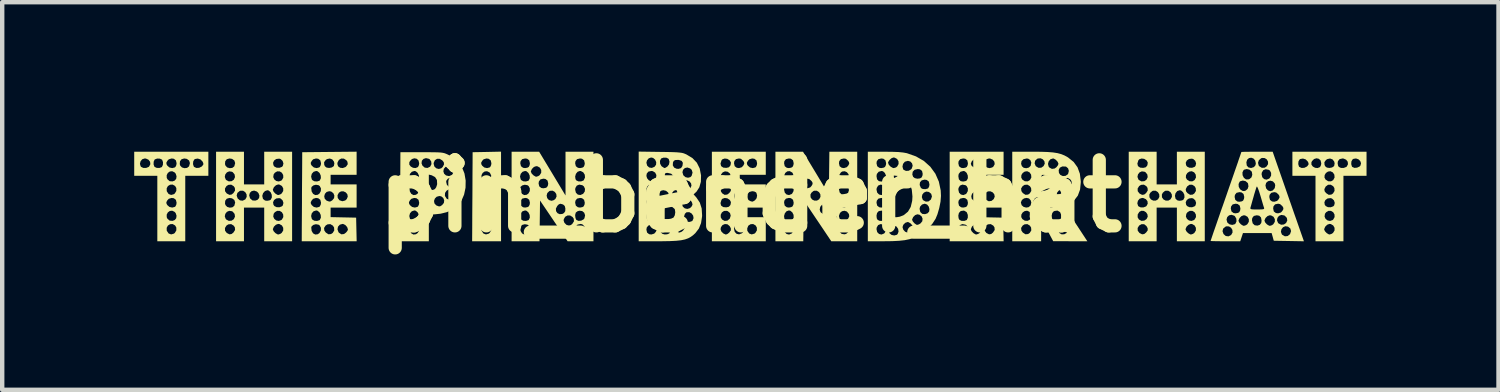
<source format=kicad_pcb>
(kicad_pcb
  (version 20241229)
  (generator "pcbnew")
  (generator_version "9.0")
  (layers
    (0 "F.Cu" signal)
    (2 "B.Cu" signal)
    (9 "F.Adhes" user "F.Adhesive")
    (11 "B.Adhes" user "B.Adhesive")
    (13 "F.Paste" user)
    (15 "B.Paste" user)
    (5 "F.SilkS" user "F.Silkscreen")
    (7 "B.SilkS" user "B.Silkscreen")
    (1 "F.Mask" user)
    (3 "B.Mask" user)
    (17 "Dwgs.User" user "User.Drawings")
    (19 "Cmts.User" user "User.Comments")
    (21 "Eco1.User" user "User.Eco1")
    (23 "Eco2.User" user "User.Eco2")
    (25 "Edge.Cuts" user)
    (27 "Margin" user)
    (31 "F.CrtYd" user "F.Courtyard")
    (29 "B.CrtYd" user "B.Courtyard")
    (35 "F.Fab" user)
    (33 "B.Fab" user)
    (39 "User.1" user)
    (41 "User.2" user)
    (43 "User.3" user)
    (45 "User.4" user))
  (footprint "pin_bender_hat"
    (layer "F.Cu")
    (at 14.002 1.404)
    (property "Reference" "pin_bender_hat" (at 0 0 0) (layer "F.SilkS") (effects (font (size 1.5 1.5) (thickness 0.3))))
    (attr board_only exclude_from_pos_files exclude_from_bom)
    (fp_poly (pts (xy -5.666 0.01) (xy -5.666 1.028) (xy -5.995 1.028) (xy -6.323 1.028) (xy -6.321 0.722) (xy -6.11 0.722) (xy -6.109 0.785) (xy -6.106 0.793) (xy -6.066 0.852) (xy -6.009 0.873) (xy -5.947 0.856) (xy -5.925 0.839) (xy -5.891 0.782) (xy -5.891 0.717) (xy -5.919 0.669) (xy -5.975 0.637) (xy -6.033 0.641) (xy -6.082 0.671) (xy -6.11 0.722) (xy -6.321 0.722) (xy -6.32 0.423) (xy -6.11 0.423) (xy -6.109 0.483) (xy -6.093 0.517) (xy -6.046 0.556) (xy -5.983 0.569) (xy -5.926 0.554) (xy -5.911 0.543) (xy -5.888 0.492) (xy -5.891 0.428) (xy -5.919 0.371) (xy -5.928 0.362) (xy -5.984 0.334) (xy -6.039 0.34) (xy -6.084 0.373) (xy -6.11 0.423) (xy -6.32 0.423) (xy -6.318 0.141) (xy -6.118 0.141) (xy -6.114 0.175) (xy -6.095 0.208) (xy -6.047 0.249) (xy -5.984 0.263) (xy -5.926 0.248) (xy -5.911 0.236) (xy -5.891 0.195) (xy -5.885 0.153) (xy -5.901 0.087) (xy -5.947 0.051) (xy -5.998 0.044) (xy -6.062 0.063) (xy -6.095 0.098) (xy -6.118 0.141) (xy -6.318 0.141) (xy -6.317 0.016) (xy -6.316 -0.148) (xy -6.116 -0.148) (xy -6.114 -0.125) (xy -6.078 -0.062) (xy -6.025 -0.028) (xy -5.965 -0.028) (xy -5.919 -0.056) (xy -5.886 -0.115) (xy -5.888 -0.177) (xy -5.92 -0.229) (xy -5.976 -0.26) (xy -6.004 -0.263) (xy -6.055 -0.244) (xy -6.096 -0.201) (xy -6.116 -0.148) (xy -6.316 -0.148) (xy -6.315 -0.474) (xy -6.11 -0.474) (xy -6.109 -0.414) (xy -6.093 -0.38) (xy -6.046 -0.341) (xy -5.983 -0.328) (xy -5.926 -0.343) (xy -5.911 -0.354) (xy -5.888 -0.405) (xy -5.891 -0.469) (xy -5.919 -0.526) (xy -5.928 -0.535) (xy -5.984 -0.563) (xy -6.039 -0.557) (xy -6.084 -0.524) (xy -6.11 -0.474) (xy -6.315 -0.474) (xy -6.313 -0.756) (xy -6.118 -0.756) (xy -6.114 -0.722) (xy -6.095 -0.689) (xy -6.047 -0.648) (xy -5.984 -0.634) (xy -5.926 -0.649) (xy -5.911 -0.661) (xy -5.891 -0.702) (xy -5.885 -0.744) (xy -5.901 -0.81) (xy -5.947 -0.846) (xy -5.998 -0.853) (xy -6.062 -0.834) (xy -6.095 -0.799) (xy -6.118 -0.756) (xy -6.313 -0.756) (xy -6.312 -0.995) (xy -5.989 -1.001) (xy -5.666 -1.008)) (stroke (width 0) (type solid)) (fill yes) (layer "F.SilkS"))
    (fp_poly (pts (xy 14.002 -0.733) (xy 14.002 -0.459) (xy 13.739 -0.459) (xy 13.477 -0.459) (xy 13.477 0.284) (xy 13.477 1.028) (xy 13.159 1.028) (xy 12.842 1.028) (xy 12.842 0.76) (xy 13.039 0.76) (xy 13.056 0.8) (xy 13.097 0.843) (xy 13.143 0.871) (xy 13.163 0.875) (xy 13.207 0.861) (xy 13.24 0.839) (xy 13.275 0.783) (xy 13.275 0.723) (xy 13.245 0.67) (xy 13.191 0.638) (xy 13.159 0.634) (xy 13.108 0.653) (xy 13.063 0.697) (xy 13.04 0.751) (xy 13.039 0.76) (xy 12.842 0.76) (xy 12.842 0.467) (xy 13.048 0.467) (xy 13.071 0.52) (xy 13.117 0.556) (xy 13.173 0.567) (xy 13.231 0.547) (xy 13.245 0.534) (xy 13.276 0.479) (xy 13.274 0.42) (xy 13.244 0.368) (xy 13.194 0.338) (xy 13.138 0.337) (xy 13.086 0.367) (xy 13.057 0.404) (xy 13.048 0.467) (xy 12.842 0.467) (xy 12.842 0.284) (xy 12.842 0.142) (xy 13.044 0.142) (xy 13.052 0.198) (xy 13.075 0.229) (xy 13.125 0.254) (xy 13.189 0.256) (xy 13.245 0.235) (xy 13.266 0.214) (xy 13.28 0.157) (xy 13.261 0.099) (xy 13.217 0.058) (xy 13.184 0.048) (xy 13.116 0.056) (xy 13.067 0.091) (xy 13.044 0.142) (xy 12.842 0.142) (xy 12.842 -0.155) (xy 13.043 -0.155) (xy 13.05 -0.107) (xy 13.083 -0.066) (xy 13.142 -0.027) (xy 13.201 -0.032) (xy 13.24 -0.058) (xy 13.275 -0.115) (xy 13.271 -0.18) (xy 13.244 -0.223) (xy 13.187 -0.257) (xy 13.126 -0.255) (xy 13.075 -0.216) (xy 13.073 -0.214) (xy 13.043 -0.155) (xy 12.842 -0.155) (xy 12.842 -0.419) (xy 13.046 -0.419) (xy 13.071 -0.373) (xy 13.13 -0.335) (xy 13.195 -0.333) (xy 13.245 -0.363) (xy 13.276 -0.421) (xy 13.27 -0.486) (xy 13.235 -0.537) (xy 13.181 -0.563) (xy 13.126 -0.555) (xy 13.079 -0.523) (xy 13.05 -0.475) (xy 13.046 -0.419) (xy 12.842 -0.419) (xy 12.842 -0.459) (xy 12.58 -0.459) (xy 12.317 -0.459) (xy 12.317 -0.725) (xy 12.45 -0.725) (xy 12.466 -0.671) (xy 12.475 -0.661) (xy 12.526 -0.637) (xy 12.59 -0.641) (xy 12.648 -0.67) (xy 12.658 -0.68) (xy 12.684 -0.716) (xy 12.683 -0.749) (xy 12.676 -0.763) (xy 12.749 -0.763) (xy 12.75 -0.712) (xy 12.782 -0.669) (xy 12.833 -0.641) (xy 12.89 -0.635) (xy 12.942 -0.656) (xy 12.947 -0.661) (xy 12.967 -0.702) (xy 12.973 -0.744) (xy 12.967 -0.768) (xy 13.044 -0.768) (xy 13.047 -0.711) (xy 13.062 -0.676) (xy 13.1 -0.646) (xy 13.158 -0.637) (xy 13.218 -0.648) (xy 13.262 -0.677) (xy 13.266 -0.683) (xy 13.277 -0.74) (xy 13.276 -0.744) (xy 13.345 -0.744) (xy 13.355 -0.69) (xy 13.372 -0.661) (xy 13.421 -0.638) (xy 13.484 -0.638) (xy 13.541 -0.66) (xy 13.552 -0.669) (xy 13.58 -0.722) (xy 13.58 -0.724) (xy 13.654 -0.724) (xy 13.67 -0.67) (xy 13.679 -0.66) (xy 13.726 -0.639) (xy 13.787 -0.644) (xy 13.842 -0.669) (xy 13.862 -0.689) (xy 13.877 -0.744) (xy 13.859 -0.794) (xy 13.818 -0.834) (xy 13.763 -0.853) (xy 13.707 -0.845) (xy 13.683 -0.83) (xy 13.658 -0.785) (xy 13.654 -0.724) (xy 13.58 -0.724) (xy 13.574 -0.779) (xy 13.538 -0.825) (xy 13.479 -0.851) (xy 13.456 -0.853) (xy 13.389 -0.838) (xy 13.352 -0.791) (xy 13.345 -0.744) (xy 13.276 -0.744) (xy 13.268 -0.781) (xy 13.23 -0.831) (xy 13.173 -0.852) (xy 13.111 -0.839) (xy 13.081 -0.819) (xy 13.044 -0.768) (xy 12.967 -0.768) (xy 12.958 -0.808) (xy 12.917 -0.846) (xy 12.864 -0.857) (xy 12.809 -0.84) (xy 12.763 -0.793) (xy 12.749 -0.763) (xy 12.676 -0.763) (xy 12.666 -0.784) (xy 12.62 -0.831) (xy 12.558 -0.851) (xy 12.497 -0.841) (xy 12.48 -0.83) (xy 12.455 -0.785) (xy 12.45 -0.725) (xy 12.317 -0.725) (xy 12.317 -0.733) (xy 12.317 -1.006) (xy 13.159 -1.006) (xy 14.002 -1.006)) (stroke (width 0) (type solid)) (fill yes) (layer "F.SilkS"))
    (fp_poly (pts (xy -12.317 -0.733) (xy -12.317 -0.459) (xy -12.58 -0.459) (xy -12.842 -0.459) (xy -12.842 0.284) (xy -12.842 1.028) (xy -13.159 1.028) (xy -13.477 1.028) (xy -13.477 0.722) (xy -13.264 0.722) (xy -13.263 0.785) (xy -13.26 0.793) (xy -13.22 0.852) (xy -13.163 0.873) (xy -13.101 0.856) (xy -13.079 0.839) (xy -13.045 0.782) (xy -13.045 0.717) (xy -13.073 0.669) (xy -13.129 0.637) (xy -13.187 0.641) (xy -13.236 0.671) (xy -13.264 0.722) (xy -13.477 0.722) (xy -13.477 0.423) (xy -13.264 0.423) (xy -13.263 0.483) (xy -13.247 0.517) (xy -13.196 0.56) (xy -13.13 0.565) (xy -13.081 0.546) (xy -13.048 0.506) (xy -13.04 0.449) (xy -13.059 0.39) (xy -13.082 0.362) (xy -13.138 0.334) (xy -13.193 0.34) (xy -13.238 0.373) (xy -13.264 0.423) (xy -13.477 0.423) (xy -13.477 0.284) (xy -13.477 0.141) (xy -13.272 0.141) (xy -13.268 0.175) (xy -13.249 0.208) (xy -13.201 0.249) (xy -13.138 0.263) (xy -13.08 0.248) (xy -13.065 0.236) (xy -13.045 0.195) (xy -13.039 0.153) (xy -13.055 0.087) (xy -13.101 0.051) (xy -13.152 0.044) (xy -13.216 0.063) (xy -13.249 0.098) (xy -13.272 0.141) (xy -13.477 0.141) (xy -13.477 -0.175) (xy -13.264 -0.175) (xy -13.263 -0.112) (xy -13.26 -0.104) (xy -13.22 -0.045) (xy -13.163 -0.024) (xy -13.101 -0.041) (xy -13.079 -0.058) (xy -13.045 -0.115) (xy -13.045 -0.18) (xy -13.073 -0.228) (xy -13.129 -0.26) (xy -13.187 -0.256) (xy -13.236 -0.226) (xy -13.264 -0.175) (xy -13.477 -0.175) (xy -13.477 -0.459) (xy -13.739 -0.459) (xy -14.002 -0.459) (xy -14.002 -0.474) (xy -13.264 -0.474) (xy -13.263 -0.414) (xy -13.247 -0.38) (xy -13.196 -0.336) (xy -13.13 -0.332) (xy -13.081 -0.351) (xy -13.048 -0.391) (xy -13.04 -0.448) (xy -13.059 -0.507) (xy -13.082 -0.535) (xy -13.138 -0.563) (xy -13.193 -0.557) (xy -13.238 -0.524) (xy -13.264 -0.474) (xy -14.002 -0.474) (xy -14.002 -0.731) (xy -13.872 -0.731) (xy -13.856 -0.675) (xy -13.844 -0.661) (xy -13.795 -0.638) (xy -13.731 -0.638) (xy -13.675 -0.66) (xy -13.664 -0.669) (xy -13.638 -0.718) (xy -13.562 -0.718) (xy -13.543 -0.667) (xy -13.538 -0.661) (xy -13.491 -0.639) (xy -13.429 -0.637) (xy -13.377 -0.656) (xy -13.372 -0.661) (xy -13.35 -0.708) (xy -13.348 -0.756) (xy -13.272 -0.756) (xy -13.268 -0.722) (xy -13.249 -0.689) (xy -13.201 -0.648) (xy -13.138 -0.634) (xy -13.08 -0.649) (xy -13.065 -0.661) (xy -13.045 -0.702) (xy -13.042 -0.725) (xy -12.967 -0.725) (xy -12.956 -0.689) (xy -12.917 -0.649) (xy -12.86 -0.632) (xy -12.801 -0.639) (xy -12.758 -0.672) (xy -12.755 -0.677) (xy -12.742 -0.725) (xy -12.666 -0.725) (xy -12.649 -0.671) (xy -12.641 -0.661) (xy -12.59 -0.637) (xy -12.526 -0.641) (xy -12.468 -0.67) (xy -12.458 -0.68) (xy -12.431 -0.716) (xy -12.433 -0.749) (xy -12.45 -0.784) (xy -12.496 -0.831) (xy -12.558 -0.851) (xy -12.618 -0.841) (xy -12.636 -0.83) (xy -12.661 -0.785) (xy -12.666 -0.725) (xy -12.742 -0.725) (xy -12.736 -0.748) (xy -12.755 -0.807) (xy -12.808 -0.844) (xy -12.866 -0.853) (xy -12.927 -0.835) (xy -12.962 -0.789) (xy -12.967 -0.725) (xy -13.042 -0.725) (xy -13.039 -0.744) (xy -13.055 -0.81) (xy -13.101 -0.846) (xy -13.152 -0.853) (xy -13.216 -0.834) (xy -13.249 -0.799) (xy -13.272 -0.756) (xy -13.348 -0.756) (xy -13.348 -0.77) (xy -13.367 -0.821) (xy -13.372 -0.827) (xy -13.419 -0.849) (xy -13.481 -0.851) (xy -13.532 -0.832) (xy -13.538 -0.827) (xy -13.56 -0.78) (xy -13.562 -0.718) (xy -13.638 -0.718) (xy -13.635 -0.723) (xy -13.642 -0.778) (xy -13.678 -0.825) (xy -13.737 -0.851) (xy -13.764 -0.853) (xy -13.82 -0.835) (xy -13.858 -0.789) (xy -13.872 -0.731) (xy -14.002 -0.731) (xy -14.002 -0.733) (xy -14.002 -1.006) (xy -13.159 -1.006) (xy -12.317 -1.006)) (stroke (width 0) (type solid)) (fill yes) (layer "F.SilkS"))
    (fp_poly (pts (xy -8.948 -0.744) (xy -8.948 -0.481) (xy -9.243 -0.481) (xy -9.539 -0.481) (xy -9.539 -0.372) (xy -9.539 -0.263) (xy -9.243 -0.263) (xy -8.948 -0.263) (xy -8.948 0) (xy -8.948 0.263) (xy -9.243 0.263) (xy -9.539 0.263) (xy -9.539 0.371) (xy -9.539 0.48) (xy -9.249 0.486) (xy -8.959 0.492) (xy -8.953 0.76) (xy -8.947 1.028) (xy -9.571 1.028) (xy -10.195 1.028) (xy -10.194 0.716) (xy -9.979 0.716) (xy -9.97 0.794) (xy -9.937 0.849) (xy -9.888 0.876) (xy -9.831 0.869) (xy -9.792 0.841) (xy -9.761 0.785) (xy -9.759 0.726) (xy -9.688 0.726) (xy -9.681 0.786) (xy -9.648 0.831) (xy -9.588 0.87) (xy -9.53 0.865) (xy -9.491 0.839) (xy -9.456 0.782) (xy -9.458 0.757) (xy -9.383 0.757) (xy -9.361 0.82) (xy -9.349 0.835) (xy -9.294 0.871) (xy -9.234 0.864) (xy -9.189 0.831) (xy -9.156 0.79) (xy -9.145 0.76) (xy -9.163 0.706) (xy -9.205 0.659) (xy -9.256 0.635) (xy -9.265 0.634) (xy -9.33 0.652) (xy -9.371 0.697) (xy -9.383 0.757) (xy -9.458 0.757) (xy -9.46 0.717) (xy -9.487 0.674) (xy -9.545 0.639) (xy -9.609 0.644) (xy -9.652 0.671) (xy -9.688 0.726) (xy -9.759 0.726) (xy -9.759 0.723) (xy -9.786 0.671) (xy -9.812 0.652) (xy -9.873 0.641) (xy -9.93 0.656) (xy -9.97 0.689) (xy -9.979 0.716) (xy -10.194 0.716) (xy -10.192 0.455) (xy -9.982 0.455) (xy -9.967 0.517) (xy -9.954 0.536) (xy -9.909 0.562) (xy -9.847 0.567) (xy -9.793 0.55) (xy -9.784 0.543) (xy -9.76 0.492) (xy -9.764 0.431) (xy -9.79 0.374) (xy -9.834 0.336) (xy -9.866 0.328) (xy -9.926 0.347) (xy -9.967 0.393) (xy -9.982 0.455) (xy -10.192 0.455) (xy -10.19 0.141) (xy -9.99 0.141) (xy -9.987 0.175) (xy -9.967 0.208) (xy -9.919 0.249) (xy -9.857 0.263) (xy -9.799 0.248) (xy -9.784 0.236) (xy -9.763 0.195) (xy -9.757 0.153) (xy -9.773 0.087) (xy -9.82 0.051) (xy -9.871 0.044) (xy -9.935 0.063) (xy -9.967 0.098) (xy -9.99 0.141) (xy -10.19 0.141) (xy -10.19 0.016) (xy -10.19 0.006) (xy -9.684 0.006) (xy -9.673 0.061) (xy -9.633 0.103) (xy -9.62 0.109) (xy -9.573 0.126) (xy -9.544 0.124) (xy -9.507 0.102) (xy -9.5 0.097) (xy -9.46 0.048) (xy -9.454 -0.01) (xy -9.457 -0.018) (xy -9.382 -0.018) (xy -9.377 0.045) (xy -9.338 0.097) (xy -9.337 0.097) (xy -9.272 0.119) (xy -9.207 0.102) (xy -9.172 0.07) (xy -9.149 0.014) (xy -9.159 -0.04) (xy -9.195 -0.082) (xy -9.246 -0.106) (xy -9.303 -0.105) (xy -9.351 -0.075) (xy -9.382 -0.018) (xy -9.457 -0.018) (xy -9.477 -0.064) (xy -9.525 -0.101) (xy -9.57 -0.109) (xy -9.629 -0.092) (xy -9.668 -0.05) (xy -9.684 0.006) (xy -10.19 0.006) (xy -10.189 -0.181) (xy -9.979 -0.181) (xy -9.97 -0.103) (xy -9.937 -0.048) (xy -9.888 -0.021) (xy -9.831 -0.028) (xy -9.792 -0.056) (xy -9.761 -0.112) (xy -9.759 -0.174) (xy -9.786 -0.226) (xy -9.812 -0.245) (xy -9.873 -0.256) (xy -9.93 -0.241) (xy -9.97 -0.208) (xy -9.979 -0.181) (xy -10.189 -0.181) (xy -10.187 -0.442) (xy -9.982 -0.442) (xy -9.967 -0.38) (xy -9.954 -0.361) (xy -9.909 -0.335) (xy -9.847 -0.33) (xy -9.793 -0.347) (xy -9.784 -0.354) (xy -9.76 -0.405) (xy -9.764 -0.466) (xy -9.79 -0.523) (xy -9.834 -0.561) (xy -9.866 -0.569) (xy -9.926 -0.55) (xy -9.967 -0.504) (xy -9.982 -0.442) (xy -10.187 -0.442) (xy -10.185 -0.756) (xy -9.99 -0.756) (xy -9.987 -0.722) (xy -9.967 -0.689) (xy -9.919 -0.648) (xy -9.857 -0.634) (xy -9.799 -0.649) (xy -9.784 -0.661) (xy -9.763 -0.702) (xy -9.757 -0.744) (xy -9.763 -0.768) (xy -9.687 -0.768) (xy -9.684 -0.711) (xy -9.669 -0.676) (xy -9.631 -0.646) (xy -9.573 -0.637) (xy -9.513 -0.648) (xy -9.469 -0.677) (xy -9.465 -0.683) (xy -9.456 -0.728) (xy -9.386 -0.728) (xy -9.368 -0.674) (xy -9.323 -0.642) (xy -9.263 -0.635) (xy -9.203 -0.657) (xy -9.185 -0.671) (xy -9.149 -0.723) (xy -9.157 -0.779) (xy -9.181 -0.813) (xy -9.238 -0.85) (xy -9.298 -0.851) (xy -9.35 -0.821) (xy -9.381 -0.764) (xy -9.386 -0.728) (xy -9.456 -0.728) (xy -9.454 -0.74) (xy -9.463 -0.781) (xy -9.501 -0.831) (xy -9.558 -0.852) (xy -9.62 -0.839) (xy -9.65 -0.819) (xy -9.687 -0.768) (xy -9.763 -0.768) (xy -9.773 -0.81) (xy -9.82 -0.846) (xy -9.871 -0.853) (xy -9.935 -0.834) (xy -9.967 -0.799) (xy -9.99 -0.756) (xy -10.185 -0.756) (xy -10.184 -0.995) (xy -9.566 -1.001) (xy -8.948 -1.007)) (stroke (width 0) (type solid)) (fill yes) (layer "F.SilkS"))
    (fp_poly (pts (xy 0.35 -0.744) (xy 0.35 -0.481) (xy 0.055 -0.481) (xy -0.241 -0.481) (xy -0.241 -0.372) (xy -0.241 -0.263) (xy 0.055 -0.263) (xy 0.35 -0.263) (xy 0.35 0) (xy 0.35 0.263) (xy 0.055 0.263) (xy -0.241 0.263) (xy -0.241 0.372) (xy -0.241 0.481) (xy 0.055 0.481) (xy 0.35 0.481) (xy 0.35 0.755) (xy 0.35 1.028) (xy -0.263 1.028) (xy -0.875 1.028) (xy -0.875 0.755) (xy -0.678 0.755) (xy -0.66 0.806) (xy -0.615 0.851) (xy -0.562 0.875) (xy -0.553 0.875) (xy -0.518 0.861) (xy -0.481 0.831) (xy -0.444 0.781) (xy -0.444 0.743) (xy -0.372 0.743) (xy -0.356 0.815) (xy -0.314 0.859) (xy -0.257 0.872) (xy -0.195 0.849) (xy -0.175 0.831) (xy -0.138 0.781) (xy -0.138 0.732) (xy -0.144 0.722) (xy -0.072 0.722) (xy -0.07 0.785) (xy -0.068 0.793) (xy -0.027 0.852) (xy 0.029 0.873) (xy 0.091 0.856) (xy 0.113 0.839) (xy 0.148 0.782) (xy 0.147 0.717) (xy 0.119 0.669) (xy 0.063 0.637) (xy 0.005 0.641) (xy -0.043 0.671) (xy -0.072 0.722) (xy -0.144 0.722) (xy -0.165 0.683) (xy -0.215 0.643) (xy -0.273 0.635) (xy -0.327 0.656) (xy -0.364 0.701) (xy -0.372 0.743) (xy -0.444 0.743) (xy -0.445 0.732) (xy -0.472 0.683) (xy -0.521 0.643) (xy -0.579 0.637) (xy -0.633 0.66) (xy -0.669 0.709) (xy -0.678 0.755) (xy -0.875 0.755) (xy -0.875 0.426) (xy -0.674 0.426) (xy -0.673 0.485) (xy -0.644 0.534) (xy -0.586 0.566) (xy -0.523 0.56) (xy -0.471 0.518) (xy -0.468 0.513) (xy -0.447 0.448) (xy -0.463 0.387) (xy -0.513 0.345) (xy -0.536 0.337) (xy -0.599 0.34) (xy -0.647 0.373) (xy -0.674 0.426) (xy -0.875 0.426) (xy -0.875 0.161) (xy -0.679 0.161) (xy -0.665 0.218) (xy -0.616 0.252) (xy -0.547 0.258) (xy -0.49 0.245) (xy -0.459 0.212) (xy -0.45 0.192) (xy -0.442 0.138) (xy -0.465 0.094) (xy -0.47 0.088) (xy -0.523 0.053) (xy -0.583 0.045) (xy -0.636 0.063) (xy -0.656 0.086) (xy -0.679 0.161) (xy -0.875 0.161) (xy -0.875 0.011) (xy -0.875 0.003) (xy -0.372 0.003) (xy -0.356 0.057) (xy -0.318 0.101) (xy -0.271 0.123) (xy -0.244 0.121) (xy -0.207 0.11) (xy -0.199 0.109) (xy -0.179 0.092) (xy -0.156 0.052) (xy -0.151 0.021) (xy -0.075 0.021) (xy -0.067 0.05) (xy -0.043 0.092) (xy 0.001 0.117) (xy 0.044 0.129) (xy 0.069 0.119) (xy 0.105 0.097) (xy 0.142 0.049) (xy 0.153 -0.013) (xy 0.137 -0.07) (xy 0.127 -0.083) (xy 0.087 -0.103) (xy 0.04 -0.109) (xy -0.024 -0.091) (xy -0.065 -0.043) (xy -0.075 0.021) (xy -0.151 0.021) (xy -0.146 -0.014) (xy -0.171 -0.071) (xy -0.224 -0.105) (xy -0.259 -0.109) (xy -0.327 -0.095) (xy -0.364 -0.05) (xy -0.372 0.003) (xy -0.875 0.003) (xy -0.875 -0.169) (xy -0.674 -0.169) (xy -0.669 -0.105) (xy -0.642 -0.062) (xy -0.586 -0.026) (xy -0.526 -0.033) (xy -0.481 -0.066) (xy -0.444 -0.116) (xy -0.445 -0.165) (xy -0.472 -0.214) (xy -0.523 -0.255) (xy -0.584 -0.257) (xy -0.638 -0.226) (xy -0.674 -0.169) (xy -0.875 -0.169) (xy -0.875 -0.434) (xy -0.677 -0.434) (xy -0.656 -0.377) (xy -0.644 -0.363) (xy -0.586 -0.331) (xy -0.523 -0.337) (xy -0.471 -0.378) (xy -0.469 -0.382) (xy -0.446 -0.449) (xy -0.463 -0.509) (xy -0.515 -0.551) (xy -0.577 -0.56) (xy -0.629 -0.537) (xy -0.665 -0.491) (xy -0.677 -0.434) (xy -0.875 -0.434) (xy -0.875 -0.736) (xy -0.679 -0.736) (xy -0.665 -0.679) (xy -0.616 -0.645) (xy -0.547 -0.639) (xy -0.49 -0.652) (xy -0.459 -0.685) (xy -0.45 -0.705) (xy -0.444 -0.744) (xy -0.372 -0.744) (xy -0.356 -0.677) (xy -0.31 -0.642) (xy -0.259 -0.634) (xy -0.195 -0.654) (xy -0.162 -0.689) (xy -0.139 -0.732) (xy -0.142 -0.756) (xy -0.08 -0.756) (xy -0.076 -0.722) (xy -0.057 -0.689) (xy -0.008 -0.648) (xy 0.054 -0.634) (xy 0.112 -0.649) (xy 0.127 -0.661) (xy 0.147 -0.702) (xy 0.153 -0.744) (xy 0.138 -0.81) (xy 0.091 -0.846) (xy 0.04 -0.853) (xy -0.024 -0.834) (xy -0.057 -0.799) (xy -0.08 -0.756) (xy -0.142 -0.756) (xy -0.143 -0.766) (xy -0.162 -0.799) (xy -0.214 -0.845) (xy -0.259 -0.853) (xy -0.327 -0.838) (xy -0.364 -0.793) (xy -0.372 -0.744) (xy -0.444 -0.744) (xy -0.442 -0.759) (xy -0.465 -0.803) (xy -0.47 -0.809) (xy -0.523 -0.844) (xy -0.583 -0.852) (xy -0.636 -0.834) (xy -0.656 -0.811) (xy -0.679 -0.736) (xy -0.875 -0.736) (xy -0.875 -1.006) (xy -0.263 -1.006) (xy 0.35 -1.006)) (stroke (width 0) (type solid)) (fill yes) (layer "F.SilkS"))
    (fp_poly (pts (xy 5.754 -0.744) (xy 5.754 -0.481) (xy 5.458 -0.481) (xy 5.163 -0.481) (xy 5.163 -0.372) (xy 5.163 -0.263) (xy 5.458 -0.263) (xy 5.754 -0.263) (xy 5.754 0) (xy 5.754 0.263) (xy 5.458 0.263) (xy 5.163 0.263) (xy 5.163 0.371) (xy 5.163 0.48) (xy 5.453 0.486) (xy 5.743 0.492) (xy 5.749 0.76) (xy 5.755 1.028) (xy 5.142 1.028) (xy 4.529 1.028) (xy 4.529 0.753) (xy 4.726 0.753) (xy 4.742 0.821) (xy 4.783 0.863) (xy 4.839 0.876) (xy 4.897 0.853) (xy 4.91 0.841) (xy 4.941 0.785) (xy 4.942 0.76) (xy 5.01 0.76) (xy 5.027 0.8) (xy 5.068 0.843) (xy 5.114 0.871) (xy 5.134 0.875) (xy 5.178 0.861) (xy 5.211 0.839) (xy 5.245 0.783) (xy 5.245 0.727) (xy 5.321 0.727) (xy 5.324 0.788) (xy 5.363 0.84) (xy 5.365 0.841) (xy 5.424 0.871) (xy 5.472 0.864) (xy 5.513 0.831) (xy 5.552 0.772) (xy 5.547 0.713) (xy 5.521 0.674) (xy 5.463 0.639) (xy 5.399 0.644) (xy 5.356 0.671) (xy 5.321 0.727) (xy 5.245 0.727) (xy 5.245 0.723) (xy 5.216 0.67) (xy 5.162 0.638) (xy 5.13 0.634) (xy 5.079 0.653) (xy 5.034 0.697) (xy 5.011 0.751) (xy 5.01 0.76) (xy 4.942 0.76) (xy 4.942 0.723) (xy 4.915 0.671) (xy 4.89 0.652) (xy 4.818 0.638) (xy 4.762 0.661) (xy 4.73 0.715) (xy 4.726 0.753) (xy 4.529 0.753) (xy 4.529 0.447) (xy 4.725 0.447) (xy 4.732 0.507) (xy 4.752 0.543) (xy 4.799 0.565) (xy 4.861 0.566) (xy 4.912 0.548) (xy 4.918 0.543) (xy 4.941 0.494) (xy 4.941 0.43) (xy 4.919 0.373) (xy 4.91 0.363) (xy 4.855 0.331) (xy 4.791 0.34) (xy 4.768 0.351) (xy 4.738 0.388) (xy 4.725 0.447) (xy 4.529 0.447) (xy 4.529 0.153) (xy 4.726 0.153) (xy 4.741 0.22) (xy 4.788 0.256) (xy 4.835 0.263) (xy 4.888 0.253) (xy 4.918 0.236) (xy 4.938 0.195) (xy 4.944 0.153) (xy 4.929 0.086) (xy 4.882 0.05) (xy 4.835 0.044) (xy 4.768 0.06) (xy 4.732 0.106) (xy 4.726 0.153) (xy 4.529 0.153) (xy 4.529 0.011) (xy 4.529 0.004) (xy 5.02 0.004) (xy 5.029 0.06) (xy 5.068 0.102) (xy 5.083 0.109) (xy 5.129 0.126) (xy 5.159 0.124) (xy 5.197 0.101) (xy 5.202 0.097) (xy 5.239 0.049) (xy 5.251 -0.013) (xy 5.249 -0.018) (xy 5.319 -0.018) (xy 5.329 0.045) (xy 5.361 0.089) (xy 5.418 0.12) (xy 5.48 0.111) (xy 5.53 0.07) (xy 5.553 0.014) (xy 5.542 -0.04) (xy 5.507 -0.082) (xy 5.456 -0.106) (xy 5.399 -0.105) (xy 5.351 -0.075) (xy 5.319 -0.018) (xy 5.249 -0.018) (xy 5.235 -0.07) (xy 5.224 -0.083) (xy 5.184 -0.103) (xy 5.137 -0.109) (xy 5.077 -0.093) (xy 5.037 -0.05) (xy 5.02 0.004) (xy 4.529 0.004) (xy 4.529 -0.144) (xy 4.726 -0.144) (xy 4.742 -0.076) (xy 4.783 -0.034) (xy 4.839 -0.021) (xy 4.897 -0.044) (xy 4.91 -0.056) (xy 4.941 -0.112) (xy 4.942 -0.174) (xy 4.915 -0.226) (xy 4.89 -0.245) (xy 4.818 -0.259) (xy 4.762 -0.236) (xy 4.73 -0.182) (xy 4.726 -0.144) (xy 4.529 -0.144) (xy 4.529 -0.452) (xy 4.726 -0.452) (xy 4.738 -0.379) (xy 4.778 -0.338) (xy 4.835 -0.328) (xy 4.888 -0.338) (xy 4.918 -0.354) (xy 4.943 -0.405) (xy 4.94 -0.466) (xy 4.916 -0.523) (xy 4.875 -0.561) (xy 4.843 -0.569) (xy 4.774 -0.551) (xy 4.734 -0.501) (xy 4.726 -0.452) (xy 4.529 -0.452) (xy 4.529 -0.744) (xy 4.726 -0.744) (xy 4.741 -0.677) (xy 4.788 -0.641) (xy 4.835 -0.634) (xy 4.888 -0.644) (xy 4.918 -0.661) (xy 4.938 -0.702) (xy 4.942 -0.73) (xy 5.01 -0.73) (xy 5.029 -0.684) (xy 5.076 -0.651) (xy 5.136 -0.635) (xy 5.195 -0.642) (xy 5.224 -0.661) (xy 5.245 -0.702) (xy 5.248 -0.725) (xy 5.323 -0.725) (xy 5.334 -0.689) (xy 5.374 -0.648) (xy 5.433 -0.633) (xy 5.494 -0.648) (xy 5.523 -0.669) (xy 5.552 -0.723) (xy 5.545 -0.778) (xy 5.509 -0.825) (xy 5.449 -0.851) (xy 5.422 -0.853) (xy 5.362 -0.835) (xy 5.327 -0.789) (xy 5.323 -0.725) (xy 5.248 -0.725) (xy 5.251 -0.744) (xy 5.235 -0.81) (xy 5.188 -0.846) (xy 5.138 -0.853) (xy 5.08 -0.835) (xy 5.032 -0.79) (xy 5.01 -0.735) (xy 5.01 -0.73) (xy 4.942 -0.73) (xy 4.944 -0.744) (xy 4.929 -0.811) (xy 4.882 -0.847) (xy 4.835 -0.853) (xy 4.768 -0.837) (xy 4.732 -0.791) (xy 4.726 -0.744) (xy 4.529 -0.744) (xy 4.529 -1.006) (xy 5.141 -1.006) (xy 5.754 -1.006)) (stroke (width 0) (type solid)) (fill yes) (layer "F.SilkS"))
    (fp_poly (pts (xy 9.232 -0.634) (xy 9.232 -0.263) (xy 9.462 -0.263) (xy 9.692 -0.263) (xy 9.692 -0.419) (xy 9.896 -0.419) (xy 9.921 -0.373) (xy 9.979 -0.335) (xy 10.044 -0.333) (xy 10.095 -0.363) (xy 10.126 -0.421) (xy 10.12 -0.486) (xy 10.085 -0.537) (xy 10.031 -0.563) (xy 9.976 -0.555) (xy 9.929 -0.523) (xy 9.9 -0.475) (xy 9.896 -0.419) (xy 9.692 -0.419) (xy 9.692 -0.634) (xy 9.692 -0.755) (xy 9.893 -0.755) (xy 9.902 -0.699) (xy 9.924 -0.668) (xy 9.975 -0.643) (xy 10.038 -0.641) (xy 10.094 -0.661) (xy 10.115 -0.683) (xy 10.129 -0.74) (xy 10.11 -0.798) (xy 10.066 -0.839) (xy 10.034 -0.849) (xy 9.966 -0.841) (xy 9.917 -0.806) (xy 9.893 -0.755) (xy 9.692 -0.755) (xy 9.692 -1.006) (xy 10.009 -1.006) (xy 10.326 -1.006) (xy 10.326 0.011) (xy 10.326 1.028) (xy 10.009 1.028) (xy 9.692 1.028) (xy 9.692 0.76) (xy 9.889 0.76) (xy 9.906 0.8) (xy 9.946 0.843) (xy 9.993 0.871) (xy 10.013 0.875) (xy 10.057 0.861) (xy 10.089 0.839) (xy 10.124 0.783) (xy 10.124 0.723) (xy 10.095 0.67) (xy 10.04 0.638) (xy 10.009 0.634) (xy 9.958 0.653) (xy 9.912 0.697) (xy 9.889 0.751) (xy 9.889 0.76) (xy 9.692 0.76) (xy 9.692 0.645) (xy 9.692 0.467) (xy 9.897 0.467) (xy 9.921 0.52) (xy 9.966 0.556) (xy 10.023 0.567) (xy 10.08 0.547) (xy 10.095 0.534) (xy 10.126 0.479) (xy 10.123 0.42) (xy 10.094 0.368) (xy 10.044 0.338) (xy 9.987 0.337) (xy 9.935 0.367) (xy 9.907 0.404) (xy 9.897 0.467) (xy 9.692 0.467) (xy 9.692 0.263) (xy 9.462 0.263) (xy 9.232 0.263) (xy 9.232 0.645) (xy 9.232 1.028) (xy 8.915 1.028) (xy 8.598 1.028) (xy 8.598 0.727) (xy 8.8 0.727) (xy 8.802 0.788) (xy 8.842 0.84) (xy 8.843 0.841) (xy 8.902 0.871) (xy 8.95 0.864) (xy 8.992 0.831) (xy 9.029 0.781) (xy 9.028 0.732) (xy 9.001 0.683) (xy 8.95 0.642) (xy 8.889 0.64) (xy 8.835 0.671) (xy 8.8 0.727) (xy 8.598 0.727) (xy 8.598 0.484) (xy 8.8 0.484) (xy 8.829 0.534) (xy 8.887 0.565) (xy 8.952 0.559) (xy 9.003 0.524) (xy 9.03 0.47) (xy 9.022 0.415) (xy 8.99 0.369) (xy 8.941 0.339) (xy 8.886 0.336) (xy 8.839 0.36) (xy 8.802 0.419) (xy 8.8 0.484) (xy 8.598 0.484) (xy 8.598 0.166) (xy 8.793 0.166) (xy 8.81 0.222) (xy 8.821 0.236) (xy 8.87 0.259) (xy 8.934 0.259) (xy 8.99 0.237) (xy 9.001 0.228) (xy 9.03 0.174) (xy 9.026 0.142) (xy 9.893 0.142) (xy 9.902 0.198) (xy 9.924 0.229) (xy 9.975 0.254) (xy 10.038 0.256) (xy 10.094 0.235) (xy 10.115 0.214) (xy 10.129 0.157) (xy 10.11 0.099) (xy 10.066 0.058) (xy 10.034 0.048) (xy 9.966 0.056) (xy 9.917 0.091) (xy 9.893 0.142) (xy 9.026 0.142) (xy 9.024 0.119) (xy 8.988 0.072) (xy 8.928 0.046) (xy 8.902 0.044) (xy 8.845 0.062) (xy 8.807 0.108) (xy 8.793 0.166) (xy 8.598 0.166) (xy 8.598 0.011) (xy 8.598 -0.17) (xy 8.8 -0.17) (xy 8.802 -0.109) (xy 8.842 -0.057) (xy 8.843 -0.056) (xy 8.902 -0.026) (xy 8.95 -0.033) (xy 9.066 -0.033) (xy 9.069 0.03) (xy 9.102 0.078) (xy 9.155 0.105) (xy 9.214 0.104) (xy 9.264 0.075) (xy 9.294 0.02) (xy 9.291 -0.033) (xy 9.351 -0.033) (xy 9.353 0.03) (xy 9.387 0.078) (xy 9.439 0.105) (xy 9.499 0.104) (xy 9.548 0.075) (xy 9.579 0.02) (xy 9.578 -0.003) (xy 9.648 -0.003) (xy 9.663 0.065) (xy 9.709 0.102) (xy 9.757 0.109) (xy 9.811 0.1) (xy 9.841 0.083) (xy 9.865 0.032) (xy 9.861 -0.029) (xy 9.833 -0.086) (xy 9.788 -0.124) (xy 9.756 -0.131) (xy 9.7 -0.112) (xy 9.661 -0.062) (xy 9.648 -0.003) (xy 9.578 -0.003) (xy 9.576 -0.038) (xy 9.546 -0.088) (xy 9.497 -0.119) (xy 9.436 -0.12) (xy 9.418 -0.113) (xy 9.372 -0.074) (xy 9.351 -0.033) (xy 9.291 -0.033) (xy 9.291 -0.038) (xy 9.261 -0.088) (xy 9.212 -0.119) (xy 9.152 -0.12) (xy 9.134 -0.113) (xy 9.088 -0.074) (xy 9.066 -0.033) (xy 8.95 -0.033) (xy 8.95 -0.033) (xy 8.992 -0.066) (xy 9.03 -0.125) (xy 9.028 -0.155) (xy 9.893 -0.155) (xy 9.9 -0.107) (xy 9.932 -0.066) (xy 9.992 -0.027) (xy 10.051 -0.032) (xy 10.089 -0.058) (xy 10.125 -0.115) (xy 10.12 -0.18) (xy 10.093 -0.223) (xy 10.037 -0.257) (xy 9.976 -0.255) (xy 9.924 -0.216) (xy 9.923 -0.214) (xy 9.893 -0.155) (xy 9.028 -0.155) (xy 9.025 -0.184) (xy 8.999 -0.223) (xy 8.942 -0.258) (xy 8.878 -0.253) (xy 8.835 -0.226) (xy 8.8 -0.17) (xy 8.598 -0.17) (xy 8.598 -0.434) (xy 8.796 -0.434) (xy 8.817 -0.377) (xy 8.829 -0.363) (xy 8.887 -0.332) (xy 8.952 -0.337) (xy 9.002 -0.371) (xy 9.029 -0.429) (xy 9.02 -0.49) (xy 8.979 -0.54) (xy 8.959 -0.551) (xy 8.897 -0.56) (xy 8.844 -0.537) (xy 8.808 -0.491) (xy 8.796 -0.434) (xy 8.598 -0.434) (xy 8.598 -0.736) (xy 8.794 -0.736) (xy 8.808 -0.679) (xy 8.857 -0.645) (xy 8.926 -0.639) (xy 8.983 -0.652) (xy 9.014 -0.685) (xy 9.023 -0.705) (xy 9.031 -0.759) (xy 9.008 -0.803) (xy 9.003 -0.809) (xy 8.95 -0.844) (xy 8.89 -0.852) (xy 8.837 -0.834) (xy 8.817 -0.811) (xy 8.794 -0.736) (xy 8.598 -0.736) (xy 8.598 -1.006) (xy 8.915 -1.006) (xy 9.232 -1.006)) (stroke (width 0) (type solid)) (fill yes) (layer "F.SilkS"))
    (fp_poly (pts (xy -7.314 -0.995) (xy -7.193 -0.994) (xy -7.103 -0.992) (xy -7.036 -0.988) (xy -6.986 -0.981) (xy -6.946 -0.971) (xy -6.908 -0.956) (xy -6.87 -0.939) (xy -6.744 -0.87) (xy -6.651 -0.793) (xy -6.578 -0.697) (xy -6.556 -0.659) (xy -6.497 -0.511) (xy -6.47 -0.351) (xy -6.473 -0.188) (xy -6.506 -0.031) (xy -6.567 0.111) (xy -6.655 0.23) (xy -6.694 0.265) (xy -6.786 0.322) (xy -6.905 0.369) (xy -7.038 0.402) (xy -7.167 0.416) (xy -7.178 0.416) (xy -7.307 0.416) (xy -7.307 0.722) (xy -7.307 1.028) (xy -7.636 1.028) (xy -7.964 1.028) (xy -7.962 0.716) (xy -7.747 0.716) (xy -7.738 0.794) (xy -7.705 0.849) (xy -7.656 0.876) (xy -7.6 0.869) (xy -7.56 0.841) (xy -7.529 0.785) (xy -7.528 0.723) (xy -7.555 0.671) (xy -7.581 0.652) (xy -7.641 0.641) (xy -7.699 0.656) (xy -7.739 0.689) (xy -7.747 0.716) (xy -7.962 0.716) (xy -7.961 0.455) (xy -7.751 0.455) (xy -7.736 0.517) (xy -7.723 0.536) (xy -7.677 0.562) (xy -7.616 0.567) (xy -7.562 0.55) (xy -7.552 0.543) (xy -7.528 0.492) (xy -7.532 0.431) (xy -7.559 0.374) (xy -7.602 0.336) (xy -7.635 0.328) (xy -7.694 0.347) (xy -7.735 0.393) (xy -7.751 0.455) (xy -7.961 0.455) (xy -7.959 0.141) (xy -7.759 0.141) (xy -7.755 0.175) (xy -7.736 0.208) (xy -7.687 0.249) (xy -7.625 0.263) (xy -7.567 0.248) (xy -7.552 0.236) (xy -7.532 0.195) (xy -7.526 0.153) (xy -7.535 0.115) (xy -7.457 0.115) (xy -7.45 0.181) (xy -7.424 0.223) (xy -7.377 0.258) (xy -7.321 0.257) (xy -7.296 0.249) (xy -7.261 0.219) (xy -7.239 0.18) (xy -7.233 0.116) (xy -7.235 0.112) (xy -7.189 0.112) (xy -7.18 0.167) (xy -7.142 0.21) (xy -7.125 0.219) (xy -7.078 0.236) (xy -7.049 0.234) (xy -7.011 0.21) (xy -7.006 0.207) (xy -6.965 0.157) (xy -6.958 0.099) (xy -6.979 0.044) (xy -7.025 0.008) (xy -7.067 0) (xy -7.129 0.017) (xy -7.17 0.058) (xy -7.189 0.112) (xy -7.235 0.112) (xy -7.259 0.064) (xy -7.306 0.03) (xy -7.364 0.024) (xy -7.42 0.051) (xy -7.426 0.056) (xy -7.457 0.115) (xy -7.535 0.115) (xy -7.541 0.087) (xy -7.588 0.051) (xy -7.639 0.044) (xy -7.703 0.063) (xy -7.736 0.098) (xy -7.759 0.141) (xy -7.959 0.141) (xy -7.958 0.016) (xy -7.958 -0.01) (xy -6.942 -0.01) (xy -6.937 0.006) (xy -6.898 0.065) (xy -6.844 0.084) (xy -6.778 0.062) (xy -6.765 0.053) (xy -6.728 0.005) (xy -6.716 -0.057) (xy -6.732 -0.114) (xy -6.743 -0.127) (xy -6.796 -0.156) (xy -6.854 -0.151) (xy -6.905 -0.12) (xy -6.938 -0.071) (xy -6.942 -0.01) (xy -7.958 -0.01) (xy -7.957 -0.181) (xy -7.747 -0.181) (xy -7.738 -0.103) (xy -7.705 -0.048) (xy -7.656 -0.021) (xy -7.6 -0.028) (xy -7.56 -0.056) (xy -7.529 -0.112) (xy -7.528 -0.174) (xy -7.555 -0.226) (xy -7.581 -0.245) (xy -7.641 -0.256) (xy -7.699 -0.241) (xy -7.739 -0.208) (xy -7.747 -0.181) (xy -7.957 -0.181) (xy -7.956 -0.442) (xy -7.751 -0.442) (xy -7.736 -0.38) (xy -7.723 -0.361) (xy -7.677 -0.335) (xy -7.616 -0.33) (xy -7.562 -0.347) (xy -7.552 -0.354) (xy -7.528 -0.405) (xy -7.532 -0.466) (xy -7.542 -0.486) (xy -7.307 -0.486) (xy -7.307 -0.309) (xy -7.306 -0.221) (xy -7.303 -0.168) (xy -7.294 -0.142) (xy -7.276 -0.132) (xy -7.257 -0.131) (xy -7.198 -0.143) (xy -7.168 -0.159) (xy -7.14 -0.198) (xy -7.12 -0.259) (xy -7.118 -0.275) (xy -7.121 -0.322) (xy -6.913 -0.322) (xy -6.897 -0.255) (xy -6.855 -0.211) (xy -6.8 -0.194) (xy -6.744 -0.21) (xy -6.707 -0.246) (xy -6.677 -0.304) (xy -6.682 -0.35) (xy -6.707 -0.381) (xy -6.762 -0.413) (xy -6.823 -0.415) (xy -6.876 -0.392) (xy -6.909 -0.349) (xy -6.913 -0.322) (xy -7.121 -0.322) (xy -7.123 -0.364) (xy -7.165 -0.43) (xy -7.24 -0.47) (xy -7.247 -0.472) (xy -7.307 -0.486) (xy -7.542 -0.486) (xy -7.559 -0.523) (xy -7.602 -0.561) (xy -7.605 -0.562) (xy -6.977 -0.562) (xy -6.96 -0.507) (xy -6.916 -0.467) (xy -6.846 -0.452) (xy -6.785 -0.479) (xy -6.766 -0.499) (xy -6.74 -0.559) (xy -6.751 -0.615) (xy -6.794 -0.658) (xy -6.861 -0.678) (xy -6.87 -0.678) (xy -6.929 -0.661) (xy -6.966 -0.618) (xy -6.977 -0.562) (xy -7.605 -0.562) (xy -7.635 -0.569) (xy -7.694 -0.55) (xy -7.735 -0.504) (xy -7.751 -0.442) (xy -7.956 -0.442) (xy -7.954 -0.763) (xy -7.751 -0.763) (xy -7.75 -0.712) (xy -7.717 -0.669) (xy -7.666 -0.641) (xy -7.609 -0.635) (xy -7.558 -0.656) (xy -7.552 -0.661) (xy -7.532 -0.702) (xy -7.526 -0.744) (xy -7.526 -0.744) (xy -7.473 -0.744) (xy -7.452 -0.69) (xy -7.401 -0.645) (xy -7.338 -0.637) (xy -7.278 -0.666) (xy -7.275 -0.67) (xy -7.247 -0.724) (xy -7.248 -0.733) (xy -7.198 -0.733) (xy -7.181 -0.67) (xy -7.137 -0.629) (xy -7.081 -0.614) (xy -7.024 -0.63) (xy -6.991 -0.661) (xy -6.961 -0.72) (xy -6.968 -0.768) (xy -7.001 -0.809) (xy -7.061 -0.845) (xy -7.121 -0.845) (xy -7.17 -0.813) (xy -7.196 -0.754) (xy -7.198 -0.733) (xy -7.248 -0.733) (xy -7.253 -0.785) (xy -7.288 -0.835) (xy -7.304 -0.845) (xy -7.372 -0.861) (xy -7.428 -0.843) (xy -7.465 -0.802) (xy -7.473 -0.744) (xy -7.526 -0.744) (xy -7.542 -0.808) (xy -7.582 -0.846) (xy -7.636 -0.857) (xy -7.691 -0.84) (xy -7.736 -0.793) (xy -7.751 -0.763) (xy -7.954 -0.763) (xy -7.953 -0.995) (xy -7.471 -0.995)) (stroke (width 0) (type solid)) (fill yes) (layer "F.SilkS"))
    (fp_poly (pts (xy -11.508 -0.634) (xy -11.508 -0.263) (xy -11.278 -0.263) (xy -11.048 -0.263) (xy -11.048 -0.43) (xy -10.843 -0.43) (xy -10.819 -0.377) (xy -10.774 -0.341) (xy -10.717 -0.33) (xy -10.66 -0.35) (xy -10.645 -0.363) (xy -10.614 -0.418) (xy -10.617 -0.477) (xy -10.647 -0.529) (xy -10.696 -0.559) (xy -10.753 -0.56) (xy -10.805 -0.53) (xy -10.833 -0.493) (xy -10.843 -0.43) (xy -11.048 -0.43) (xy -11.048 -0.634) (xy -11.048 -0.755) (xy -10.847 -0.755) (xy -10.838 -0.699) (xy -10.816 -0.668) (xy -10.765 -0.643) (xy -10.702 -0.641) (xy -10.646 -0.661) (xy -10.625 -0.683) (xy -10.611 -0.74) (xy -10.63 -0.798) (xy -10.674 -0.839) (xy -10.706 -0.849) (xy -10.774 -0.841) (xy -10.823 -0.806) (xy -10.847 -0.755) (xy -11.048 -0.755) (xy -11.048 -1.006) (xy -10.731 -1.006) (xy -10.414 -1.006) (xy -10.414 0.011) (xy -10.414 1.028) (xy -10.731 1.028) (xy -11.048 1.028) (xy -11.048 0.76) (xy -10.851 0.76) (xy -10.834 0.8) (xy -10.794 0.843) (xy -10.747 0.871) (xy -10.727 0.875) (xy -10.683 0.861) (xy -10.651 0.839) (xy -10.616 0.783) (xy -10.616 0.723) (xy -10.645 0.67) (xy -10.7 0.638) (xy -10.731 0.634) (xy -10.782 0.653) (xy -10.828 0.697) (xy -10.851 0.751) (xy -10.851 0.76) (xy -11.048 0.76) (xy -11.048 0.645) (xy -11.048 0.467) (xy -10.843 0.467) (xy -10.819 0.52) (xy -10.774 0.556) (xy -10.717 0.567) (xy -10.66 0.547) (xy -10.645 0.534) (xy -10.614 0.479) (xy -10.617 0.42) (xy -10.647 0.368) (xy -10.696 0.338) (xy -10.753 0.337) (xy -10.805 0.367) (xy -10.833 0.404) (xy -10.843 0.467) (xy -11.048 0.467) (xy -11.048 0.263) (xy -11.278 0.263) (xy -11.508 0.263) (xy -11.508 0.645) (xy -11.508 1.028) (xy -11.825 1.028) (xy -12.142 1.028) (xy -12.142 0.727) (xy -11.94 0.727) (xy -11.938 0.788) (xy -11.899 0.84) (xy -11.897 0.841) (xy -11.838 0.871) (xy -11.79 0.864) (xy -11.748 0.831) (xy -11.71 0.772) (xy -11.715 0.713) (xy -11.741 0.674) (xy -11.798 0.639) (xy -11.862 0.644) (xy -11.905 0.671) (xy -11.94 0.727) (xy -12.142 0.727) (xy -12.142 0.463) (xy -11.944 0.463) (xy -11.923 0.52) (xy -11.911 0.534) (xy -11.853 0.565) (xy -11.788 0.56) (xy -11.738 0.526) (xy -11.712 0.468) (xy -11.721 0.407) (xy -11.762 0.357) (xy -11.781 0.346) (xy -11.843 0.337) (xy -11.896 0.36) (xy -11.932 0.406) (xy -11.944 0.463) (xy -12.142 0.463) (xy -12.142 0.172) (xy -11.939 0.172) (xy -11.927 0.208) (xy -11.889 0.248) (xy -11.831 0.265) (xy -11.773 0.258) (xy -11.73 0.225) (xy -11.727 0.22) (xy -11.708 0.149) (xy -11.71 0.142) (xy -10.847 0.142) (xy -10.838 0.198) (xy -10.816 0.229) (xy -10.765 0.254) (xy -10.702 0.256) (xy -10.646 0.235) (xy -10.625 0.214) (xy -10.611 0.157) (xy -10.63 0.099) (xy -10.674 0.058) (xy -10.706 0.048) (xy -10.774 0.056) (xy -10.823 0.091) (xy -10.847 0.142) (xy -11.71 0.142) (xy -11.727 0.09) (xy -11.779 0.053) (xy -11.838 0.044) (xy -11.899 0.062) (xy -11.934 0.108) (xy -11.939 0.172) (xy -12.142 0.172) (xy -12.142 0.011) (xy -12.142 -0.009) (xy -11.674 -0.009) (xy -11.651 0.056) (xy -11.6 0.099) (xy -11.538 0.107) (xy -11.479 0.078) (xy -11.476 0.075) (xy -11.446 0.02) (xy -11.448 -0.016) (xy -11.389 -0.016) (xy -11.371 0.048) (xy -11.367 0.056) (xy -11.315 0.101) (xy -11.249 0.105) (xy -11.2 0.087) (xy -11.164 0.046) (xy -11.158 -0.001) (xy -11.092 -0.001) (xy -11.076 0.066) (xy -11.03 0.103) (xy -10.983 0.109) (xy -10.929 0.1) (xy -10.899 0.083) (xy -10.874 0.032) (xy -10.877 -0.029) (xy -10.902 -0.086) (xy -10.945 -0.124) (xy -10.977 -0.131) (xy -11.031 -0.112) (xy -11.074 -0.064) (xy -11.092 -0.003) (xy -11.092 -0.001) (xy -11.158 -0.001) (xy -11.157 -0.01) (xy -11.179 -0.067) (xy -11.213 -0.101) (xy -11.277 -0.123) (xy -11.334 -0.11) (xy -11.374 -0.071) (xy -11.389 -0.016) (xy -11.448 -0.016) (xy -11.449 -0.038) (xy -11.479 -0.088) (xy -11.527 -0.119) (xy -11.587 -0.12) (xy -11.605 -0.114) (xy -11.658 -0.07) (xy -11.674 -0.009) (xy -12.142 -0.009) (xy -12.142 -0.17) (xy -11.94 -0.17) (xy -11.938 -0.109) (xy -11.899 -0.057) (xy -11.897 -0.056) (xy -11.838 -0.026) (xy -11.79 -0.033) (xy -11.748 -0.066) (xy -11.71 -0.125) (xy -11.711 -0.137) (xy -10.851 -0.137) (xy -10.834 -0.097) (xy -10.794 -0.054) (xy -10.747 -0.026) (xy -10.727 -0.022) (xy -10.683 -0.036) (xy -10.651 -0.058) (xy -10.616 -0.114) (xy -10.616 -0.174) (xy -10.645 -0.227) (xy -10.7 -0.259) (xy -10.731 -0.263) (xy -10.782 -0.244) (xy -10.828 -0.2) (xy -10.851 -0.146) (xy -10.851 -0.137) (xy -11.711 -0.137) (xy -11.715 -0.184) (xy -11.741 -0.223) (xy -11.798 -0.258) (xy -11.862 -0.253) (xy -11.905 -0.226) (xy -11.94 -0.17) (xy -12.142 -0.17) (xy -12.142 -0.434) (xy -11.944 -0.434) (xy -11.923 -0.377) (xy -11.911 -0.363) (xy -11.853 -0.332) (xy -11.788 -0.337) (xy -11.738 -0.371) (xy -11.712 -0.429) (xy -11.721 -0.49) (xy -11.762 -0.54) (xy -11.781 -0.551) (xy -11.843 -0.56) (xy -11.896 -0.537) (xy -11.932 -0.491) (xy -11.944 -0.434) (xy -12.142 -0.434) (xy -12.142 -0.725) (xy -11.939 -0.725) (xy -11.927 -0.689) (xy -11.889 -0.649) (xy -11.831 -0.632) (xy -11.773 -0.639) (xy -11.73 -0.672) (xy -11.727 -0.677) (xy -11.708 -0.748) (xy -11.727 -0.807) (xy -11.779 -0.844) (xy -11.838 -0.853) (xy -11.899 -0.835) (xy -11.934 -0.789) (xy -11.939 -0.725) (xy -12.142 -0.725) (xy -12.142 -1.006) (xy -11.825 -1.006) (xy -11.508 -1.006)) (stroke (width 0) (type solid)) (fill yes) (layer "F.SilkS"))
    (fp_poly (pts (xy 6.598 -1.005) (xy 6.753 -1) (xy 6.878 -0.99) (xy 6.98 -0.974) (xy 7.065 -0.951) (xy 7.139 -0.921) (xy 7.211 -0.881) (xy 7.223 -0.873) (xy 7.347 -0.773) (xy 7.434 -0.652) (xy 7.487 -0.508) (xy 7.508 -0.337) (xy 7.508 -0.31) (xy 7.492 -0.146) (xy 7.441 -0.008) (xy 7.354 0.105) (xy 7.269 0.174) (xy 7.155 0.249) (xy 7.195 0.316) (xy 7.22 0.356) (xy 7.264 0.425) (xy 7.322 0.516) (xy 7.39 0.621) (xy 7.446 0.706) (xy 7.657 1.028) (xy 7.269 1.028) (xy 6.881 1.027) (xy 6.745 0.772) (xy 6.993 0.772) (xy 7.014 0.831) (xy 7.023 0.842) (xy 7.071 0.871) (xy 7.132 0.87) (xy 7.185 0.841) (xy 7.216 0.782) (xy 7.21 0.716) (xy 7.183 0.674) (xy 7.132 0.641) (xy 7.079 0.642) (xy 7.033 0.669) (xy 7.002 0.716) (xy 6.993 0.772) (xy 6.745 0.772) (xy 6.745 0.771) (xy 6.609 0.514) (xy 6.608 0.771) (xy 6.607 1.028) (xy 6.279 1.028) (xy 5.951 1.028) (xy 5.951 0.726) (xy 6.152 0.726) (xy 6.159 0.786) (xy 6.191 0.831) (xy 6.251 0.87) (xy 6.31 0.865) (xy 6.348 0.839) (xy 6.384 0.782) (xy 6.379 0.717) (xy 6.352 0.674) (xy 6.295 0.639) (xy 6.23 0.644) (xy 6.188 0.671) (xy 6.152 0.726) (xy 5.951 0.726) (xy 5.951 0.478) (xy 6.155 0.478) (xy 6.18 0.524) (xy 6.238 0.562) (xy 6.303 0.564) (xy 6.354 0.534) (xy 6.385 0.476) (xy 6.382 0.447) (xy 6.847 0.447) (xy 6.854 0.507) (xy 6.874 0.543) (xy 6.921 0.565) (xy 6.983 0.566) (xy 7.034 0.548) (xy 7.04 0.543) (xy 7.063 0.494) (xy 7.063 0.43) (xy 7.041 0.373) (xy 7.032 0.363) (xy 6.978 0.331) (xy 6.913 0.34) (xy 6.89 0.351) (xy 6.86 0.388) (xy 6.847 0.447) (xy 6.382 0.447) (xy 6.379 0.411) (xy 6.344 0.36) (xy 6.29 0.334) (xy 6.235 0.342) (xy 6.188 0.374) (xy 6.158 0.422) (xy 6.155 0.478) (xy 5.951 0.478) (xy 5.951 0.153) (xy 6.148 0.153) (xy 6.165 0.209) (xy 6.209 0.247) (xy 6.267 0.263) (xy 6.323 0.254) (xy 6.366 0.217) (xy 6.37 0.208) (xy 6.384 0.147) (xy 6.382 0.141) (xy 6.432 0.141) (xy 6.448 0.212) (xy 6.492 0.253) (xy 6.555 0.259) (xy 6.609 0.24) (xy 6.644 0.199) (xy 6.654 0.141) (xy 6.647 0.114) (xy 6.722 0.114) (xy 6.724 0.176) (xy 6.763 0.227) (xy 6.765 0.228) (xy 6.824 0.259) (xy 6.872 0.252) (xy 6.913 0.219) (xy 6.952 0.159) (xy 6.947 0.1) (xy 6.921 0.062) (xy 6.864 0.026) (xy 6.799 0.031) (xy 6.756 0.058) (xy 6.722 0.114) (xy 6.647 0.114) (xy 6.639 0.083) (xy 6.601 0.042) (xy 6.596 0.04) (xy 6.525 0.025) (xy 6.469 0.048) (xy 6.437 0.103) (xy 6.432 0.141) (xy 6.382 0.141) (xy 6.37 0.098) (xy 6.332 0.056) (xy 6.276 0.043) (xy 6.218 0.055) (xy 6.171 0.09) (xy 6.148 0.143) (xy 6.148 0.153) (xy 5.951 0.153) (xy 5.951 0.011) (xy 5.951 -0.019) (xy 6.959 -0.019) (xy 6.979 0.038) (xy 6.991 0.053) (xy 7.05 0.085) (xy 7.112 0.079) (xy 7.164 0.037) (xy 7.166 0.034) (xy 7.189 -0.033) (xy 7.172 -0.093) (xy 7.12 -0.136) (xy 7.058 -0.145) (xy 7.006 -0.121) (xy 6.97 -0.075) (xy 6.959 -0.019) (xy 5.951 -0.019) (xy 5.951 -0.171) (xy 6.152 -0.171) (xy 6.159 -0.111) (xy 6.191 -0.066) (xy 6.251 -0.027) (xy 6.31 -0.032) (xy 6.348 -0.058) (xy 6.379 -0.107) (xy 6.607 -0.107) (xy 6.689 -0.121) (xy 6.76 -0.146) (xy 6.818 -0.187) (xy 6.82 -0.189) (xy 6.862 -0.26) (xy 6.865 -0.322) (xy 7.071 -0.322) (xy 7.076 -0.258) (xy 7.103 -0.215) (xy 7.158 -0.179) (xy 7.219 -0.186) (xy 7.263 -0.219) (xy 7.302 -0.278) (xy 7.297 -0.337) (xy 7.271 -0.376) (xy 7.214 -0.411) (xy 7.149 -0.406) (xy 7.107 -0.379) (xy 7.071 -0.322) (xy 6.865 -0.322) (xy 6.865 -0.333) (xy 6.835 -0.398) (xy 6.776 -0.449) (xy 6.693 -0.478) (xy 6.648 -0.481) (xy 6.628 -0.477) (xy 6.616 -0.458) (xy 6.61 -0.417) (xy 6.607 -0.345) (xy 6.607 -0.294) (xy 6.607 -0.107) (xy 6.379 -0.107) (xy 6.384 -0.115) (xy 6.379 -0.18) (xy 6.352 -0.223) (xy 6.295 -0.258) (xy 6.23 -0.253) (xy 6.188 -0.226) (xy 6.152 -0.171) (xy 5.951 -0.171) (xy 5.951 -0.419) (xy 6.155 -0.419) (xy 6.18 -0.373) (xy 6.238 -0.335) (xy 6.303 -0.333) (xy 6.354 -0.363) (xy 6.385 -0.421) (xy 6.379 -0.486) (xy 6.344 -0.537) (xy 6.29 -0.563) (xy 6.235 -0.555) (xy 6.188 -0.523) (xy 6.158 -0.475) (xy 6.155 -0.419) (xy 5.951 -0.419) (xy 5.951 -0.59) (xy 7.006 -0.59) (xy 7.012 -0.524) (xy 7.047 -0.475) (xy 7.102 -0.453) (xy 7.162 -0.458) (xy 7.212 -0.492) (xy 7.222 -0.508) (xy 7.237 -0.571) (xy 7.22 -0.628) (xy 7.177 -0.665) (xy 7.166 -0.669) (xy 7.089 -0.672) (xy 7.033 -0.644) (xy 7.006 -0.59) (xy 5.951 -0.59) (xy 5.951 -0.731) (xy 6.152 -0.731) (xy 6.17 -0.677) (xy 6.211 -0.641) (xy 6.269 -0.631) (xy 6.327 -0.646) (xy 6.368 -0.684) (xy 6.37 -0.689) (xy 6.381 -0.742) (xy 6.459 -0.742) (xy 6.483 -0.683) (xy 6.488 -0.676) (xy 6.547 -0.64) (xy 6.61 -0.643) (xy 6.662 -0.679) (xy 6.687 -0.729) (xy 6.763 -0.729) (xy 6.778 -0.669) (xy 6.795 -0.647) (xy 6.852 -0.616) (xy 6.915 -0.625) (xy 6.957 -0.656) (xy 6.99 -0.7) (xy 7.001 -0.733) (xy 6.983 -0.777) (xy 6.942 -0.822) (xy 6.895 -0.85) (xy 6.877 -0.853) (xy 6.819 -0.835) (xy 6.779 -0.788) (xy 6.763 -0.729) (xy 6.687 -0.729) (xy 6.69 -0.734) (xy 6.682 -0.788) (xy 6.648 -0.832) (xy 6.596 -0.857) (xy 6.534 -0.852) (xy 6.517 -0.845) (xy 6.471 -0.802) (xy 6.459 -0.742) (xy 6.381 -0.742) (xy 6.384 -0.758) (xy 6.363 -0.815) (xy 6.315 -0.848) (xy 6.281 -0.853) (xy 6.207 -0.837) (xy 6.162 -0.794) (xy 6.152 -0.731) (xy 5.951 -0.731) (xy 5.951 -1.006) (xy 6.406 -1.006)) (stroke (width 0) (type solid)) (fill yes) (layer "F.SilkS"))
    (fp_poly (pts (xy 1.49 -0.52) (xy 1.783 -0.034) (xy 1.784 -0.154) (xy 2.013 -0.154) (xy 2.029 -0.08) (xy 2.074 -0.036) (xy 2.139 -0.026) (xy 2.177 -0.036) (xy 2.221 -0.073) (xy 2.24 -0.132) (xy 2.229 -0.195) (xy 2.221 -0.211) (xy 2.173 -0.253) (xy 2.115 -0.262) (xy 2.06 -0.243) (xy 2.022 -0.199) (xy 2.013 -0.154) (xy 1.784 -0.154) (xy 1.788 -0.418) (xy 2.014 -0.418) (xy 2.032 -0.363) (xy 2.039 -0.354) (xy 2.091 -0.329) (xy 2.154 -0.334) (xy 2.208 -0.365) (xy 2.221 -0.38) (xy 2.241 -0.441) (xy 2.229 -0.498) (xy 2.193 -0.541) (xy 2.143 -0.563) (xy 2.086 -0.556) (xy 2.056 -0.535) (xy 2.023 -0.482) (xy 2.014 -0.418) (xy 1.788 -0.418) (xy 1.789 -0.52) (xy 1.792 -0.744) (xy 2.013 -0.744) (xy 2.028 -0.677) (xy 2.075 -0.642) (xy 2.126 -0.634) (xy 2.19 -0.654) (xy 2.223 -0.689) (xy 2.246 -0.732) (xy 2.242 -0.766) (xy 2.223 -0.799) (xy 2.171 -0.845) (xy 2.126 -0.853) (xy 2.057 -0.838) (xy 2.02 -0.793) (xy 2.013 -0.744) (xy 1.792 -0.744) (xy 1.795 -1.006) (xy 2.112 -1.006) (xy 2.428 -1.006) (xy 2.428 0.011) (xy 2.428 1.028) (xy 2.133 1.028) (xy 1.838 1.028) (xy 1.647 0.743) (xy 2.013 0.743) (xy 2.029 0.817) (xy 2.074 0.861) (xy 2.139 0.871) (xy 2.177 0.861) (xy 2.221 0.824) (xy 2.24 0.765) (xy 2.229 0.702) (xy 2.221 0.686) (xy 2.173 0.644) (xy 2.115 0.635) (xy 2.06 0.654) (xy 2.022 0.698) (xy 2.013 0.743) (xy 1.647 0.743) (xy 1.526 0.563) (xy 1.517 0.55) (xy 1.75 0.55) (xy 1.767 0.598) (xy 1.807 0.646) (xy 1.853 0.675) (xy 1.871 0.678) (xy 1.909 0.664) (xy 1.947 0.634) (xy 1.983 0.576) (xy 1.984 0.519) (xy 1.957 0.472) (xy 1.941 0.462) (xy 2.013 0.462) (xy 2.03 0.521) (xy 2.074 0.558) (xy 2.13 0.568) (xy 2.187 0.549) (xy 2.223 0.513) (xy 2.247 0.462) (xy 2.24 0.414) (xy 2.235 0.404) (xy 2.194 0.353) (xy 2.139 0.335) (xy 2.082 0.346) (xy 2.037 0.384) (xy 2.014 0.446) (xy 2.013 0.462) (xy 1.941 0.462) (xy 1.911 0.443) (xy 1.854 0.44) (xy 1.794 0.47) (xy 1.79 0.474) (xy 1.759 0.518) (xy 1.75 0.55) (xy 1.517 0.55) (xy 1.355 0.309) (xy 1.575 0.309) (xy 1.593 0.365) (xy 1.638 0.403) (xy 1.695 0.417) (xy 1.75 0.403) (xy 1.771 0.384) (xy 1.787 0.342) (xy 1.79 0.282) (xy 1.79 0.281) (xy 1.769 0.219) (xy 1.727 0.187) (xy 1.675 0.181) (xy 1.625 0.202) (xy 1.588 0.246) (xy 1.575 0.309) (xy 1.355 0.309) (xy 1.251 0.153) (xy 2.013 0.153) (xy 2.028 0.22) (xy 2.075 0.255) (xy 2.126 0.263) (xy 2.19 0.243) (xy 2.223 0.208) (xy 2.246 0.165) (xy 2.242 0.131) (xy 2.223 0.098) (xy 2.171 0.052) (xy 2.126 0.044) (xy 2.057 0.059) (xy 2.02 0.104) (xy 2.013 0.153) (xy 1.251 0.153) (xy 1.214 0.098) (xy 1.208 0.563) (xy 1.202 1.028) (xy 0.886 1.028) (xy 0.569 1.028) (xy 0.569 0.753) (xy 0.766 0.753) (xy 0.782 0.821) (xy 0.823 0.863) (xy 0.879 0.876) (xy 0.937 0.853) (xy 0.95 0.841) (xy 0.981 0.785) (xy 0.983 0.723) (xy 0.956 0.671) (xy 0.93 0.652) (xy 0.859 0.638) (xy 0.803 0.661) (xy 0.77 0.715) (xy 0.766 0.753) (xy 0.569 0.753) (xy 0.569 0.455) (xy 0.765 0.455) (xy 0.773 0.514) (xy 0.792 0.543) (xy 0.839 0.565) (xy 0.901 0.566) (xy 0.952 0.548) (xy 0.958 0.543) (xy 0.984 0.49) (xy 0.981 0.428) (xy 0.953 0.372) (xy 0.908 0.335) (xy 0.875 0.328) (xy 0.821 0.347) (xy 0.783 0.394) (xy 0.765 0.455) (xy 0.569 0.455) (xy 0.569 0.153) (xy 0.766 0.153) (xy 0.781 0.22) (xy 0.828 0.256) (xy 0.875 0.263) (xy 0.928 0.253) (xy 0.958 0.236) (xy 0.978 0.195) (xy 0.984 0.153) (xy 0.969 0.086) (xy 0.922 0.05) (xy 0.875 0.044) (xy 0.808 0.06) (xy 0.772 0.106) (xy 0.766 0.153) (xy 0.569 0.153) (xy 0.569 0.011) (xy 0.569 -0.144) (xy 0.766 -0.144) (xy 0.782 -0.076) (xy 0.823 -0.034) (xy 0.879 -0.021) (xy 0.907 -0.033) (xy 1.365 -0.033) (xy 1.368 0.03) (xy 1.401 0.078) (xy 1.454 0.105) (xy 1.514 0.104) (xy 1.563 0.075) (xy 1.593 0.02) (xy 1.59 -0.038) (xy 1.56 -0.088) (xy 1.511 -0.119) (xy 1.451 -0.12) (xy 1.433 -0.113) (xy 1.387 -0.074) (xy 1.365 -0.033) (xy 0.907 -0.033) (xy 0.937 -0.044) (xy 0.95 -0.056) (xy 0.981 -0.112) (xy 0.983 -0.174) (xy 0.956 -0.226) (xy 0.93 -0.245) (xy 0.859 -0.259) (xy 0.803 -0.236) (xy 0.77 -0.182) (xy 0.766 -0.144) (xy 0.569 -0.144) (xy 0.569 -0.284) (xy 1.181 -0.284) (xy 1.197 -0.218) (xy 1.244 -0.182) (xy 1.295 -0.175) (xy 1.359 -0.195) (xy 1.391 -0.23) (xy 1.414 -0.273) (xy 1.411 -0.306) (xy 1.391 -0.339) (xy 1.339 -0.385) (xy 1.295 -0.394) (xy 1.226 -0.379) (xy 1.189 -0.334) (xy 1.181 -0.284) (xy 0.569 -0.284) (xy 0.569 -0.44) (xy 0.766 -0.44) (xy 0.781 -0.372) (xy 0.827 -0.335) (xy 0.875 -0.328) (xy 0.928 -0.338) (xy 0.958 -0.354) (xy 0.981 -0.403) (xy 0.981 -0.467) (xy 0.959 -0.524) (xy 0.95 -0.534) (xy 0.895 -0.565) (xy 0.839 -0.56) (xy 0.792 -0.524) (xy 0.767 -0.463) (xy 0.766 -0.44) (xy 0.569 -0.44) (xy 0.569 -0.591) (xy 1.022 -0.591) (xy 1.023 -0.528) (xy 1.026 -0.519) (xy 1.067 -0.461) (xy 1.123 -0.439) (xy 1.185 -0.457) (xy 1.207 -0.474) (xy 1.241 -0.531) (xy 1.241 -0.596) (xy 1.213 -0.644) (xy 1.157 -0.675) (xy 1.099 -0.672) (xy 1.051 -0.642) (xy 1.022 -0.591) (xy 0.569 -0.591) (xy 0.569 -0.744) (xy 0.766 -0.744) (xy 0.781 -0.677) (xy 0.828 -0.641) (xy 0.875 -0.634) (xy 0.928 -0.644) (xy 0.958 -0.661) (xy 0.978 -0.702) (xy 0.984 -0.744) (xy 0.969 -0.811) (xy 0.922 -0.847) (xy 0.875 -0.853) (xy 0.808 -0.837) (xy 0.772 -0.791) (xy 0.766 -0.744) (xy 0.569 -0.744) (xy 0.569 -1.006) (xy 0.883 -1.006) (xy 1.196 -1.006)) (stroke (width 0) (type solid)) (fill yes) (layer "F.SilkS"))
    (fp_poly (pts (xy -4.5 -0.509) (xy -4.201 -0.012) (xy -4.201 -0.144) (xy -3.982 -0.144) (xy -3.965 -0.075) (xy -3.922 -0.032) (xy -3.864 -0.022) (xy -3.801 -0.049) (xy -3.764 -0.101) (xy -3.758 -0.162) (xy -3.783 -0.218) (xy -3.818 -0.245) (xy -3.889 -0.259) (xy -3.945 -0.236) (xy -3.977 -0.182) (xy -3.982 -0.144) (xy -4.201 -0.144) (xy -4.201 -0.442) (xy -3.982 -0.442) (xy -3.974 -0.383) (xy -3.955 -0.354) (xy -3.907 -0.332) (xy -3.846 -0.332) (xy -3.794 -0.352) (xy -3.785 -0.361) (xy -3.758 -0.421) (xy -3.764 -0.485) (xy -3.798 -0.538) (xy -3.853 -0.567) (xy -3.875 -0.569) (xy -3.927 -0.55) (xy -3.965 -0.503) (xy -3.982 -0.442) (xy -4.201 -0.442) (xy -4.201 -0.509) (xy -4.201 -0.744) (xy -3.982 -0.744) (xy -3.966 -0.677) (xy -3.919 -0.641) (xy -3.872 -0.634) (xy -3.819 -0.644) (xy -3.789 -0.661) (xy -3.769 -0.702) (xy -3.763 -0.744) (xy -3.779 -0.811) (xy -3.826 -0.847) (xy -3.872 -0.853) (xy -3.939 -0.837) (xy -3.975 -0.791) (xy -3.982 -0.744) (xy -4.201 -0.744) (xy -4.201 -1.006) (xy -3.883 -1.006) (xy -3.566 -1.006) (xy -3.566 0.011) (xy -3.566 1.028) (xy -3.86 1.028) (xy -4.154 1.028) (xy -4.339 0.754) (xy -3.982 0.754) (xy -3.965 0.824) (xy -3.921 0.865) (xy -3.861 0.874) (xy -3.797 0.846) (xy -3.764 0.799) (xy -3.758 0.741) (xy -3.777 0.684) (xy -3.816 0.645) (xy -3.855 0.634) (xy -3.928 0.65) (xy -3.971 0.696) (xy -3.982 0.754) (xy -4.339 0.754) (xy -4.467 0.566) (xy -4.472 0.558) (xy -4.244 0.558) (xy -4.226 0.609) (xy -4.181 0.654) (xy -4.128 0.678) (xy -4.119 0.678) (xy -4.084 0.664) (xy -4.047 0.634) (xy -4.009 0.575) (xy -4.014 0.516) (xy -4.04 0.478) (xy -4.094 0.444) (xy -3.982 0.444) (xy -3.974 0.502) (xy -3.955 0.543) (xy -3.954 0.544) (xy -3.906 0.565) (xy -3.845 0.56) (xy -3.791 0.532) (xy -3.771 0.507) (xy -3.756 0.438) (xy -3.776 0.38) (xy -3.822 0.342) (xy -3.885 0.334) (xy -3.927 0.346) (xy -3.967 0.376) (xy -3.981 0.427) (xy -3.982 0.444) (xy -4.094 0.444) (xy -4.095 0.443) (xy -4.156 0.443) (xy -4.209 0.472) (xy -4.24 0.527) (xy -4.244 0.558) (xy -4.472 0.558) (xy -4.656 0.286) (xy -4.42 0.286) (xy -4.416 0.344) (xy -4.385 0.389) (xy -4.335 0.413) (xy -4.273 0.408) (xy -4.236 0.387) (xy -4.207 0.345) (xy -4.204 0.284) (xy -4.218 0.227) (xy -4.253 0.195) (xy -4.274 0.187) (xy -4.32 0.176) (xy -4.355 0.191) (xy -4.388 0.225) (xy -4.42 0.286) (xy -4.656 0.286) (xy -4.746 0.153) (xy -3.982 0.153) (xy -3.966 0.22) (xy -3.919 0.256) (xy -3.872 0.263) (xy -3.819 0.253) (xy -3.789 0.236) (xy -3.769 0.195) (xy -3.763 0.153) (xy -3.779 0.086) (xy -3.826 0.05) (xy -3.872 0.044) (xy -3.939 0.06) (xy -3.975 0.106) (xy -3.982 0.153) (xy -4.746 0.153) (xy -4.78 0.103) (xy -4.786 0.566) (xy -4.792 1.028) (xy -5.109 1.028) (xy -5.426 1.028) (xy -5.426 0.716) (xy -5.231 0.716) (xy -5.222 0.794) (xy -5.189 0.849) (xy -5.14 0.876) (xy -5.084 0.869) (xy -5.044 0.841) (xy -5.013 0.785) (xy -5.012 0.723) (xy -5.039 0.671) (xy -5.065 0.652) (xy -5.125 0.641) (xy -5.183 0.656) (xy -5.223 0.689) (xy -5.231 0.716) (xy -5.426 0.716) (xy -5.426 0.455) (xy -5.235 0.455) (xy -5.22 0.517) (xy -5.207 0.536) (xy -5.161 0.562) (xy -5.1 0.567) (xy -5.046 0.55) (xy -5.036 0.543) (xy -5.012 0.492) (xy -5.016 0.431) (xy -5.043 0.374) (xy -5.086 0.336) (xy -5.119 0.328) (xy -5.178 0.347) (xy -5.219 0.393) (xy -5.235 0.455) (xy -5.426 0.455) (xy -5.426 0.153) (xy -5.229 0.153) (xy -5.213 0.22) (xy -5.166 0.256) (xy -5.119 0.263) (xy -5.066 0.253) (xy -5.036 0.236) (xy -5.016 0.195) (xy -5.01 0.153) (xy -5.026 0.086) (xy -5.073 0.05) (xy -5.119 0.044) (xy -5.186 0.06) (xy -5.222 0.106) (xy -5.229 0.153) (xy -5.426 0.153) (xy -5.426 0.011) (xy -5.426 -0.009) (xy -4.63 -0.009) (xy -4.617 0.048) (xy -4.578 0.092) (xy -4.518 0.109) (xy -4.518 0.109) (xy -4.467 0.094) (xy -4.431 0.067) (xy -4.404 0.011) (xy -4.411 -0.046) (xy -4.444 -0.093) (xy -4.494 -0.121) (xy -4.553 -0.118) (xy -4.569 -0.111) (xy -4.615 -0.067) (xy -4.63 -0.009) (xy -5.426 -0.009) (xy -5.426 -0.181) (xy -5.231 -0.181) (xy -5.222 -0.103) (xy -5.189 -0.048) (xy -5.14 -0.021) (xy -5.084 -0.028) (xy -5.044 -0.056) (xy -5.013 -0.112) (xy -5.012 -0.174) (xy -5.039 -0.226) (xy -5.065 -0.245) (xy -5.125 -0.256) (xy -5.183 -0.241) (xy -5.223 -0.208) (xy -5.231 -0.181) (xy -5.426 -0.181) (xy -5.426 -0.284) (xy -4.813 -0.284) (xy -4.797 -0.218) (xy -4.75 -0.182) (xy -4.704 -0.175) (xy -4.65 -0.185) (xy -4.621 -0.201) (xy -4.6 -0.242) (xy -4.594 -0.284) (xy -4.61 -0.351) (xy -4.657 -0.387) (xy -4.704 -0.394) (xy -4.77 -0.378) (xy -4.806 -0.331) (xy -4.813 -0.284) (xy -5.426 -0.284) (xy -5.426 -0.442) (xy -5.235 -0.442) (xy -5.22 -0.38) (xy -5.207 -0.361) (xy -5.161 -0.335) (xy -5.1 -0.33) (xy -5.046 -0.347) (xy -5.036 -0.354) (xy -5.012 -0.405) (xy -5.016 -0.466) (xy -5.043 -0.523) (xy -5.077 -0.553) (xy -4.988 -0.553) (xy -4.971 -0.512) (xy -4.93 -0.47) (xy -4.884 -0.442) (xy -4.864 -0.438) (xy -4.82 -0.452) (xy -4.787 -0.474) (xy -4.753 -0.529) (xy -4.753 -0.59) (xy -4.782 -0.643) (xy -4.836 -0.674) (xy -4.868 -0.678) (xy -4.919 -0.66) (xy -4.964 -0.615) (xy -4.988 -0.562) (xy -4.988 -0.553) (xy -5.077 -0.553) (xy -5.086 -0.561) (xy -5.119 -0.569) (xy -5.178 -0.55) (xy -5.219 -0.504) (xy -5.235 -0.442) (xy -5.426 -0.442) (xy -5.426 -0.744) (xy -5.229 -0.744) (xy -5.213 -0.677) (xy -5.166 -0.641) (xy -5.119 -0.634) (xy -5.066 -0.644) (xy -5.036 -0.661) (xy -5.016 -0.702) (xy -5.01 -0.744) (xy -5.026 -0.811) (xy -5.073 -0.847) (xy -5.119 -0.853) (xy -5.186 -0.837) (xy -5.222 -0.791) (xy -5.229 -0.744) (xy -5.426 -0.744) (xy -5.426 -1.006) (xy -5.113 -1.006) (xy -4.8 -1.006)) (stroke (width 0) (type solid)) (fill yes) (layer "F.SilkS"))
    (fp_poly (pts (xy 3.226 -1.004) (xy 3.366 -0.999) (xy 3.474 -0.988) (xy 3.555 -0.973) (xy 3.556 -0.973) (xy 3.763 -0.9) (xy 3.942 -0.797) (xy 4.089 -0.665) (xy 4.204 -0.507) (xy 4.283 -0.327) (xy 4.325 -0.127) (xy 4.331 -0.002) (xy 4.321 0.128) (xy 4.292 0.274) (xy 4.251 0.415) (xy 4.208 0.519) (xy 4.133 0.634) (xy 4.029 0.746) (xy 3.91 0.845) (xy 3.811 0.906) (xy 3.716 0.949) (xy 3.617 0.981) (xy 3.508 1.004) (xy 3.379 1.018) (xy 3.221 1.026) (xy 3.046 1.028) (xy 2.669 1.028) (xy 2.669 0.753) (xy 2.866 0.753) (xy 2.882 0.821) (xy 2.924 0.863) (xy 2.979 0.876) (xy 3.037 0.853) (xy 3.05 0.841) (xy 3.076 0.796) (xy 3.142 0.796) (xy 3.163 0.847) (xy 3.209 0.885) (xy 3.27 0.897) (xy 3.327 0.882) (xy 3.346 0.865) (xy 3.367 0.81) (xy 3.358 0.748) (xy 3.33 0.707) (xy 3.457 0.707) (xy 3.474 0.764) (xy 3.516 0.811) (xy 3.567 0.831) (xy 3.569 0.831) (xy 3.614 0.817) (xy 3.654 0.788) (xy 3.686 0.744) (xy 3.697 0.711) (xy 3.68 0.667) (xy 3.639 0.622) (xy 3.591 0.594) (xy 3.573 0.591) (xy 3.52 0.609) (xy 3.475 0.654) (xy 3.457 0.707) (xy 3.457 0.707) (xy 3.33 0.707) (xy 3.323 0.697) (xy 3.306 0.686) (xy 3.24 0.672) (xy 3.185 0.692) (xy 3.149 0.737) (xy 3.142 0.796) (xy 3.076 0.796) (xy 3.082 0.785) (xy 3.083 0.723) (xy 3.056 0.671) (xy 3.03 0.652) (xy 2.959 0.638) (xy 2.903 0.661) (xy 2.871 0.715) (xy 2.866 0.753) (xy 2.669 0.753) (xy 2.669 0.447) (xy 2.866 0.447) (xy 2.872 0.507) (xy 2.892 0.543) (xy 2.94 0.565) (xy 3.001 0.566) (xy 3.053 0.548) (xy 3.059 0.543) (xy 3.059 0.541) (xy 3.675 0.541) (xy 3.692 0.579) (xy 3.73 0.622) (xy 3.773 0.652) (xy 3.791 0.656) (xy 3.829 0.645) (xy 3.867 0.622) (xy 3.907 0.573) (xy 3.913 0.515) (xy 3.89 0.461) (xy 3.842 0.425) (xy 3.795 0.416) (xy 3.744 0.434) (xy 3.699 0.479) (xy 3.676 0.532) (xy 3.675 0.541) (xy 3.059 0.541) (xy 3.081 0.494) (xy 3.081 0.43) (xy 3.059 0.373) (xy 3.05 0.363) (xy 2.996 0.331) (xy 2.931 0.34) (xy 2.908 0.351) (xy 2.878 0.388) (xy 2.866 0.447) (xy 2.669 0.447) (xy 2.669 0.153) (xy 2.866 0.153) (xy 2.882 0.22) (xy 2.929 0.256) (xy 2.975 0.263) (xy 3.029 0.253) (xy 3.059 0.236) (xy 3.079 0.195) (xy 3.085 0.153) (xy 3.069 0.086) (xy 3.022 0.05) (xy 2.975 0.044) (xy 2.909 0.06) (xy 2.873 0.106) (xy 2.866 0.153) (xy 2.669 0.153) (xy 2.669 0.011) (xy 2.669 -0.144) (xy 2.866 -0.144) (xy 2.882 -0.076) (xy 2.924 -0.034) (xy 2.979 -0.021) (xy 3.037 -0.044) (xy 3.05 -0.056) (xy 3.082 -0.112) (xy 3.083 -0.174) (xy 3.056 -0.226) (xy 3.03 -0.245) (xy 2.959 -0.259) (xy 2.903 -0.236) (xy 2.871 -0.182) (xy 2.866 -0.144) (xy 2.669 -0.144) (xy 2.669 -0.452) (xy 2.866 -0.452) (xy 2.879 -0.379) (xy 2.919 -0.338) (xy 2.975 -0.328) (xy 3.029 -0.338) (xy 3.059 -0.354) (xy 3.083 -0.405) (xy 3.081 -0.465) (xy 3.26 -0.465) (xy 3.26 0.008) (xy 3.26 0.481) (xy 3.331 0.481) (xy 3.395 0.47) (xy 3.469 0.442) (xy 3.489 0.432) (xy 3.581 0.356) (xy 3.619 0.292) (xy 3.845 0.292) (xy 3.861 0.364) (xy 3.905 0.406) (xy 3.969 0.413) (xy 4.027 0.393) (xy 4.062 0.353) (xy 4.069 0.298) (xy 4.053 0.24) (xy 4.017 0.195) (xy 3.965 0.175) (xy 3.962 0.175) (xy 3.9 0.194) (xy 3.856 0.243) (xy 3.845 0.292) (xy 3.619 0.292) (xy 3.644 0.248) (xy 3.677 0.11) (xy 3.682 0.025) (xy 3.896 0.025) (xy 3.916 0.082) (xy 3.929 0.097) (xy 3.987 0.128) (xy 4.049 0.123) (xy 4.101 0.081) (xy 4.103 0.078) (xy 4.126 0.011) (xy 4.109 -0.05) (xy 4.057 -0.092) (xy 3.996 -0.101) (xy 3.943 -0.077) (xy 3.907 -0.032) (xy 3.896 0.025) (xy 3.682 0.025) (xy 3.683 0.011) (xy 3.668 -0.145) (xy 3.632 -0.25) (xy 3.847 -0.25) (xy 3.875 -0.185) (xy 3.878 -0.18) (xy 3.919 -0.159) (xy 3.976 -0.155) (xy 4.029 -0.169) (xy 4.043 -0.179) (xy 4.063 -0.22) (xy 4.069 -0.263) (xy 4.054 -0.329) (xy 4.007 -0.365) (xy 3.957 -0.372) (xy 3.892 -0.355) (xy 3.854 -0.311) (xy 3.847 -0.25) (xy 3.632 -0.25) (xy 3.625 -0.271) (xy 3.554 -0.367) (xy 3.459 -0.429) (xy 3.361 -0.454) (xy 3.26 -0.465) (xy 3.081 -0.465) (xy 3.081 -0.466) (xy 3.072 -0.488) (xy 3.68 -0.488) (xy 3.698 -0.436) (xy 3.736 -0.406) (xy 3.794 -0.393) (xy 3.855 -0.4) (xy 3.89 -0.42) (xy 3.91 -0.461) (xy 3.916 -0.503) (xy 3.901 -0.57) (xy 3.854 -0.606) (xy 3.804 -0.613) (xy 3.732 -0.596) (xy 3.689 -0.551) (xy 3.68 -0.488) (xy 3.072 -0.488) (xy 3.056 -0.523) (xy 3.015 -0.561) (xy 2.983 -0.569) (xy 2.915 -0.551) (xy 2.874 -0.501) (xy 2.866 -0.452) (xy 2.669 -0.452) (xy 2.669 -0.744) (xy 2.866 -0.744) (xy 2.882 -0.677) (xy 2.929 -0.641) (xy 2.975 -0.634) (xy 3.029 -0.644) (xy 3.059 -0.661) (xy 3.079 -0.702) (xy 3.085 -0.744) (xy 3.082 -0.755) (xy 3.129 -0.755) (xy 3.146 -0.709) (xy 3.189 -0.665) (xy 3.24 -0.637) (xy 3.258 -0.634) (xy 3.308 -0.649) (xy 3.332 -0.667) (xy 3.456 -0.667) (xy 3.472 -0.609) (xy 3.483 -0.595) (xy 3.536 -0.57) (xy 3.599 -0.574) (xy 3.653 -0.607) (xy 3.666 -0.622) (xy 3.688 -0.686) (xy 3.674 -0.742) (xy 3.636 -0.783) (xy 3.58 -0.799) (xy 3.516 -0.781) (xy 3.508 -0.777) (xy 3.469 -0.729) (xy 3.456 -0.667) (xy 3.332 -0.667) (xy 3.335 -0.669) (xy 3.368 -0.727) (xy 3.366 -0.789) (xy 3.334 -0.842) (xy 3.278 -0.872) (xy 3.25 -0.875) (xy 3.206 -0.858) (xy 3.161 -0.818) (xy 3.132 -0.772) (xy 3.129 -0.755) (xy 3.082 -0.755) (xy 3.069 -0.811) (xy 3.022 -0.847) (xy 2.975 -0.853) (xy 2.909 -0.837) (xy 2.873 -0.791) (xy 2.866 -0.744) (xy 2.669 -0.744) (xy 2.669 -1.006) (xy 3.047 -1.006)) (stroke (width 0) (type solid)) (fill yes) (layer "F.SilkS"))
    (fp_poly (pts (xy -2.051 -1.002) (xy -1.891 -1) (xy -1.768 -0.997) (xy -1.675 -0.993) (xy -1.607 -0.987) (xy -1.555 -0.98) (xy -1.513 -0.969) (xy -1.476 -0.954) (xy -1.455 -0.945) (xy -1.317 -0.862) (xy -1.217 -0.757) (xy -1.152 -0.627) (xy -1.121 -0.469) (xy -1.121 -0.466) (xy -1.125 -0.322) (xy -1.16 -0.198) (xy -1.223 -0.1) (xy -1.236 -0.088) (xy -1.29 -0.037) (xy -1.227 0.034) (xy -1.149 0.15) (xy -1.107 0.282) (xy -1.097 0.438) (xy -1.098 0.465) (xy -1.121 0.616) (xy -1.17 0.739) (xy -1.25 0.843) (xy -1.291 0.881) (xy -1.35 0.926) (xy -1.413 0.961) (xy -1.486 0.987) (xy -1.576 1.006) (xy -1.688 1.018) (xy -1.83 1.025) (xy -2.006 1.028) (xy -2.085 1.028) (xy -2.538 1.028) (xy -2.538 0.766) (xy -2.363 0.766) (xy -2.347 0.832) (xy -2.301 0.868) (xy -2.25 0.875) (xy -2.185 0.855) (xy -2.153 0.82) (xy -2.13 0.778) (xy -2.13 0.772) (xy -2.045 0.772) (xy -2.033 0.827) (xy -2.003 0.858) (xy -1.954 0.873) (xy -1.893 0.871) (xy -1.845 0.852) (xy -1.842 0.849) (xy -1.822 0.808) (xy -1.816 0.766) (xy -1.83 0.705) (xy -1.728 0.705) (xy -1.711 0.763) (xy -1.67 0.81) (xy -1.618 0.831) (xy -1.616 0.831) (xy -1.571 0.817) (xy -1.531 0.788) (xy -1.493 0.728) (xy -1.498 0.669) (xy -1.524 0.631) (xy -1.579 0.597) (xy -1.639 0.596) (xy -1.692 0.624) (xy -1.724 0.675) (xy -1.728 0.705) (xy -1.83 0.705) (xy -1.831 0.699) (xy -1.878 0.663) (xy -1.929 0.656) (xy -1.988 0.674) (xy -2.028 0.717) (xy -2.045 0.772) (xy -2.13 0.772) (xy -2.134 0.744) (xy -2.153 0.711) (xy -2.205 0.665) (xy -2.25 0.656) (xy -2.318 0.671) (xy -2.355 0.716) (xy -2.363 0.766) (xy -2.538 0.766) (xy -2.538 0.47) (xy -2.363 0.47) (xy -2.345 0.538) (xy -2.298 0.578) (xy -2.232 0.586) (xy -2.199 0.577) (xy -2.155 0.539) (xy -2.15 0.525) (xy -1.947 0.525) (xy -1.867 0.525) (xy -1.802 0.515) (xy -1.75 0.492) (xy -1.746 0.489) (xy -1.73 0.46) (xy -1.506 0.46) (xy -1.504 0.521) (xy -1.486 0.559) (xy -1.441 0.585) (xy -1.38 0.589) (xy -1.327 0.571) (xy -1.314 0.559) (xy -1.291 0.503) (xy -1.301 0.445) (xy -1.337 0.396) (xy -1.389 0.367) (xy -1.451 0.37) (xy -1.453 0.371) (xy -1.488 0.404) (xy -1.506 0.46) (xy -1.73 0.46) (xy -1.718 0.439) (xy -1.707 0.372) (xy -1.715 0.309) (xy -1.723 0.293) (xy -1.769 0.254) (xy -1.837 0.226) (xy -1.891 0.219) (xy -1.92 0.221) (xy -1.937 0.233) (xy -1.945 0.266) (xy -1.947 0.328) (xy -1.947 0.372) (xy -1.947 0.525) (xy -2.15 0.525) (xy -2.136 0.48) (xy -2.146 0.418) (xy -2.155 0.402) (xy -2.203 0.36) (xy -2.26 0.352) (xy -2.314 0.374) (xy -2.352 0.42) (xy -2.363 0.47) (xy -2.538 0.47) (xy -2.538 0.142) (xy -2.363 0.142) (xy -2.345 0.208) (xy -2.3 0.249) (xy -2.24 0.259) (xy -2.178 0.233) (xy -2.143 0.185) (xy -2.143 0.178) (xy -1.553 0.178) (xy -1.536 0.241) (xy -1.491 0.281) (xy -1.433 0.294) (xy -1.373 0.275) (xy -1.34 0.245) (xy -1.315 0.199) (xy -1.324 0.153) (xy -1.347 0.114) (xy -1.395 0.077) (xy -1.457 0.066) (xy -1.514 0.082) (xy -1.527 0.092) (xy -1.547 0.132) (xy -1.553 0.178) (xy -2.143 0.178) (xy -2.14 0.127) (xy -2.164 0.071) (xy -2.21 0.032) (xy -2.256 0.022) (xy -2.31 0.041) (xy -2.35 0.089) (xy -2.363 0.142) (xy -2.538 0.142) (xy -2.538 0.009) (xy -2.538 -0.148) (xy -2.365 -0.148) (xy -2.354 -0.093) (xy -2.337 -0.07) (xy -2.284 -0.045) (xy -2.221 -0.049) (xy -2.214 -0.053) (xy -2.077 -0.053) (xy -2.073 0.01) (xy -2.043 0.064) (xy -2.03 0.075) (xy -1.99 0.102) (xy -1.966 0.106) (xy -1.934 0.092) (xy -1.924 0.087) (xy -1.868 0.039) (xy -1.851 -0.018) (xy -1.782 -0.018) (xy -1.761 0.036) (xy -1.714 0.075) (xy -1.653 0.088) (xy -1.596 0.073) (xy -1.576 0.056) (xy -1.556 0.001) (xy -1.565 -0.062) (xy -1.599 -0.112) (xy -1.615 -0.123) (xy -1.683 -0.138) (xy -1.739 -0.119) (xy -1.775 -0.076) (xy -1.782 -0.018) (xy -1.851 -0.018) (xy -1.85 -0.021) (xy -1.869 -0.078) (xy -1.917 -0.118) (xy -1.98 -0.132) (xy -2.038 -0.117) (xy -2.052 -0.105) (xy -2.077 -0.053) (xy -2.214 -0.053) (xy -2.166 -0.081) (xy -2.154 -0.097) (xy -2.134 -0.16) (xy -2.156 -0.218) (xy -2.175 -0.234) (xy -1.572 -0.234) (xy -1.554 -0.176) (xy -1.513 -0.14) (xy -1.455 -0.133) (xy -1.395 -0.153) (xy -1.367 -0.176) (xy -1.339 -0.231) (xy -1.347 -0.285) (xy -1.381 -0.329) (xy -1.433 -0.354) (xy -1.495 -0.349) (xy -1.512 -0.342) (xy -1.559 -0.297) (xy -1.572 -0.234) (xy -2.175 -0.234) (xy -2.176 -0.235) (xy -1.947 -0.235) (xy -1.869 -0.248) (xy -1.807 -0.263) (xy -1.762 -0.284) (xy -1.759 -0.286) (xy -1.738 -0.324) (xy -1.728 -0.382) (xy -1.728 -0.384) (xy -1.747 -0.457) (xy -1.8 -0.506) (xy -1.879 -0.525) (xy -1.886 -0.525) (xy -1.919 -0.523) (xy -1.937 -0.511) (xy -1.945 -0.479) (xy -1.947 -0.418) (xy -1.947 -0.38) (xy -1.947 -0.235) (xy -2.176 -0.235) (xy -2.212 -0.264) (xy -2.266 -0.273) (xy -2.314 -0.249) (xy -2.349 -0.204) (xy -2.365 -0.148) (xy -2.538 -0.148) (xy -2.538 -0.456) (xy -2.363 -0.456) (xy -2.347 -0.403) (xy -2.309 -0.358) (xy -2.262 -0.336) (xy -2.235 -0.339) (xy -2.195 -0.349) (xy -2.185 -0.35) (xy -2.164 -0.368) (xy -2.143 -0.408) (xy -2.136 -0.476) (xy -2.164 -0.532) (xy -2.179 -0.541) (xy -1.544 -0.541) (xy -1.526 -0.477) (xy -1.522 -0.469) (xy -1.475 -0.428) (xy -1.417 -0.415) (xy -1.363 -0.429) (xy -1.335 -0.458) (xy -1.314 -0.532) (xy -1.333 -0.594) (xy -1.368 -0.626) (xy -1.432 -0.648) (xy -1.489 -0.635) (xy -1.529 -0.596) (xy -1.544 -0.541) (xy -2.179 -0.541) (xy -2.219 -0.565) (xy -2.25 -0.569) (xy -2.318 -0.554) (xy -2.355 -0.509) (xy -2.363 -0.456) (xy -2.538 -0.456) (xy -2.538 -0.755) (xy -2.363 -0.755) (xy -2.345 -0.689) (xy -2.3 -0.648) (xy -2.24 -0.638) (xy -2.178 -0.664) (xy -2.143 -0.712) (xy -2.14 -0.77) (xy -2.152 -0.797) (xy -2.055 -0.797) (xy -2.051 -0.734) (xy -2.021 -0.68) (xy -2.008 -0.669) (xy -1.968 -0.643) (xy -1.947 -0.634) (xy -1.922 -0.646) (xy -1.886 -0.669) (xy -1.865 -0.696) (xy -1.763 -0.696) (xy -1.732 -0.645) (xy -1.673 -0.618) (xy -1.631 -0.617) (xy -1.576 -0.634) (xy -1.545 -0.681) (xy -1.544 -0.685) (xy -1.534 -0.754) (xy -1.561 -0.798) (xy -1.624 -0.819) (xy -1.654 -0.82) (xy -1.712 -0.816) (xy -1.743 -0.795) (xy -1.759 -0.761) (xy -1.763 -0.696) (xy -1.865 -0.696) (xy -1.849 -0.717) (xy -1.838 -0.779) (xy -1.854 -0.836) (xy -1.864 -0.849) (xy -1.911 -0.871) (xy -1.973 -0.872) (xy -2.024 -0.854) (xy -2.03 -0.849) (xy -2.055 -0.797) (xy -2.152 -0.797) (xy -2.164 -0.826) (xy -2.21 -0.865) (xy -2.256 -0.875) (xy -2.31 -0.856) (xy -2.35 -0.808) (xy -2.363 -0.755) (xy -2.538 -0.755) (xy -2.538 -1.009)) (stroke (width 0) (type solid)) (fill yes) (layer "F.SilkS"))
    (fp_poly (pts (xy 11.869 -1.006) (xy 12.107 -0.323) (xy 12.171 -0.139) (xy 12.236 0.048) (xy 12.3 0.231) (xy 12.359 0.401) (xy 12.411 0.548) (xy 12.452 0.666) (xy 12.462 0.695) (xy 12.579 1.029) (xy 12.237 1.023) (xy 11.894 1.017) (xy 11.87 0.93) (xy 11.845 0.842) (xy 11.52 0.842) (xy 11.194 0.842) (xy 11.163 0.935) (xy 11.132 1.028) (xy 10.795 1.028) (xy 10.679 1.028) (xy 10.58 1.027) (xy 10.506 1.025) (xy 10.464 1.023) (xy 10.458 1.022) (xy 10.465 1.001) (xy 10.485 0.942) (xy 10.516 0.85) (xy 10.533 0.8) (xy 10.729 0.8) (xy 10.752 0.865) (xy 10.802 0.909) (xy 10.865 0.917) (xy 10.923 0.887) (xy 10.926 0.884) (xy 10.957 0.83) (xy 10.956 0.813) (xy 12.056 0.813) (xy 12.076 0.87) (xy 12.089 0.884) (xy 12.147 0.916) (xy 12.21 0.91) (xy 12.261 0.869) (xy 12.264 0.865) (xy 12.287 0.798) (xy 12.27 0.738) (xy 12.218 0.696) (xy 12.156 0.687) (xy 12.104 0.71) (xy 12.068 0.756) (xy 12.056 0.813) (xy 10.956 0.813) (xy 10.954 0.772) (xy 10.924 0.722) (xy 10.876 0.691) (xy 10.816 0.689) (xy 10.798 0.696) (xy 10.744 0.74) (xy 10.729 0.8) (xy 10.533 0.8) (xy 10.558 0.729) (xy 10.609 0.582) (xy 10.625 0.535) (xy 10.82 0.535) (xy 10.837 0.598) (xy 10.842 0.607) (xy 10.888 0.644) (xy 10.95 0.657) (xy 11.008 0.641) (xy 11.022 0.63) (xy 11.047 0.578) (xy 11.046 0.563) (xy 11.092 0.563) (xy 11.109 0.603) (xy 11.15 0.646) (xy 11.196 0.674) (xy 11.216 0.678) (xy 11.26 0.664) (xy 11.293 0.642) (xy 11.327 0.586) (xy 11.327 0.55) (xy 11.398 0.55) (xy 11.415 0.622) (xy 11.46 0.665) (xy 11.523 0.673) (xy 11.575 0.656) (xy 11.609 0.614) (xy 11.617 0.563) (xy 11.683 0.563) (xy 11.7 0.603) (xy 11.74 0.646) (xy 11.787 0.674) (xy 11.807 0.678) (xy 11.851 0.664) (xy 11.883 0.642) (xy 11.918 0.586) (xy 11.918 0.553) (xy 11.967 0.553) (xy 11.991 0.61) (xy 12.001 0.622) (xy 12.06 0.653) (xy 12.125 0.647) (xy 12.174 0.613) (xy 12.201 0.556) (xy 12.191 0.497) (xy 12.145 0.449) (xy 12.129 0.441) (xy 12.065 0.43) (xy 12.012 0.452) (xy 11.977 0.497) (xy 11.967 0.553) (xy 11.918 0.553) (xy 11.918 0.526) (xy 11.889 0.473) (xy 11.834 0.442) (xy 11.803 0.438) (xy 11.752 0.456) (xy 11.706 0.5) (xy 11.683 0.554) (xy 11.683 0.563) (xy 11.617 0.563) (xy 11.617 0.561) (xy 11.604 0.488) (xy 11.564 0.448) (xy 11.508 0.438) (xy 11.441 0.453) (xy 11.405 0.5) (xy 11.398 0.55) (xy 11.327 0.55) (xy 11.327 0.526) (xy 11.298 0.473) (xy 11.244 0.442) (xy 11.212 0.438) (xy 11.161 0.456) (xy 11.116 0.5) (xy 11.093 0.554) (xy 11.092 0.563) (xy 11.046 0.563) (xy 11.043 0.515) (xy 11.011 0.461) (xy 10.996 0.448) (xy 10.933 0.427) (xy 10.877 0.44) (xy 10.836 0.479) (xy 10.82 0.535) (xy 10.625 0.535) (xy 10.667 0.414) (xy 10.712 0.284) (xy 10.917 0.284) (xy 10.933 0.351) (xy 10.98 0.387) (xy 11.026 0.394) (xy 11.08 0.384) (xy 11.109 0.368) (xy 11.13 0.327) (xy 11.135 0.287) (xy 11.362 0.287) (xy 11.377 0.299) (xy 11.419 0.305) (xy 11.493 0.306) (xy 11.519 0.306) (xy 11.604 0.305) (xy 11.653 0.301) (xy 11.674 0.291) (xy 11.674 0.284) (xy 11.88 0.284) (xy 11.895 0.351) (xy 11.942 0.387) (xy 11.993 0.394) (xy 12.057 0.374) (xy 12.089 0.339) (xy 12.113 0.296) (xy 12.109 0.263) (xy 12.089 0.23) (xy 12.037 0.184) (xy 11.993 0.175) (xy 11.924 0.19) (xy 11.887 0.235) (xy 11.88 0.284) (xy 11.674 0.284) (xy 11.675 0.274) (xy 11.674 0.27) (xy 11.662 0.236) (xy 11.642 0.169) (xy 11.616 0.08) (xy 11.599 0.022) (xy 11.792 0.022) (xy 11.808 0.088) (xy 11.854 0.124) (xy 11.905 0.131) (xy 11.969 0.112) (xy 12.002 0.077) (xy 12.025 0.034) (xy 12.021 0.000085) (xy 12.002 -0.033) (xy 11.95 -0.079) (xy 11.905 -0.088) (xy 11.837 -0.073) (xy 11.799 -0.027) (xy 11.792 0.022) (xy 11.599 0.022) (xy 11.591 -0.005) (xy 11.561 -0.101) (xy 11.535 -0.172) (xy 11.516 -0.211) (xy 11.507 -0.215) (xy 11.494 -0.182) (xy 11.474 -0.118) (xy 11.448 -0.033) (xy 11.433 0.022) (xy 11.406 0.115) (xy 11.384 0.195) (xy 11.368 0.251) (xy 11.363 0.268) (xy 11.362 0.287) (xy 11.135 0.287) (xy 11.136 0.284) (xy 11.12 0.218) (xy 11.073 0.182) (xy 11.026 0.175) (xy 10.96 0.191) (xy 10.924 0.238) (xy 10.917 0.284) (xy 10.712 0.284) (xy 10.732 0.229) (xy 10.801 0.031) (xy 10.804 0.022) (xy 11.004 0.022) (xy 11.02 0.089) (xy 11.067 0.125) (xy 11.114 0.131) (xy 11.167 0.122) (xy 11.197 0.105) (xy 11.217 0.064) (xy 11.223 0.022) (xy 11.207 -0.045) (xy 11.161 -0.081) (xy 11.114 -0.088) (xy 11.047 -0.072) (xy 11.011 -0.025) (xy 11.004 0.022) (xy 10.804 0.022) (xy 10.808 0.011) (xy 10.877 -0.189) (xy 10.906 -0.272) (xy 11.094 -0.272) (xy 11.098 -0.209) (xy 11.127 -0.155) (xy 11.141 -0.143) (xy 11.185 -0.116) (xy 11.22 -0.112) (xy 11.256 -0.123) (xy 11.3 -0.161) (xy 11.319 -0.22) (xy 11.315 -0.241) (xy 11.705 -0.241) (xy 11.72 -0.174) (xy 11.761 -0.127) (xy 11.815 -0.109) (xy 11.871 -0.126) (xy 11.916 -0.179) (xy 11.927 -0.246) (xy 11.916 -0.286) (xy 11.874 -0.332) (xy 11.818 -0.348) (xy 11.763 -0.336) (xy 11.72 -0.298) (xy 11.705 -0.241) (xy 11.315 -0.241) (xy 11.309 -0.283) (xy 11.3 -0.298) (xy 11.252 -0.338) (xy 11.19 -0.351) (xy 11.132 -0.335) (xy 11.118 -0.324) (xy 11.094 -0.272) (xy 10.906 -0.272) (xy 10.942 -0.375) (xy 10.998 -0.536) (xy 11.182 -0.536) (xy 11.185 -0.472) (xy 11.214 -0.414) (xy 11.216 -0.412) (xy 11.263 -0.377) (xy 11.319 -0.378) (xy 11.343 -0.386) (xy 11.387 -0.423) (xy 11.406 -0.482) (xy 11.404 -0.494) (xy 11.617 -0.494) (xy 11.633 -0.426) (xy 11.675 -0.384) (xy 11.73 -0.371) (xy 11.788 -0.395) (xy 11.801 -0.406) (xy 11.833 -0.462) (xy 11.834 -0.524) (xy 11.807 -0.576) (xy 11.781 -0.595) (xy 11.71 -0.609) (xy 11.654 -0.586) (xy 11.622 -0.532) (xy 11.617 -0.494) (xy 11.404 -0.494) (xy 11.396 -0.545) (xy 11.387 -0.561) (xy 11.34 -0.6) (xy 11.278 -0.613) (xy 11.22 -0.598) (xy 11.206 -0.586) (xy 11.182 -0.536) (xy 10.998 -0.536) (xy 11.001 -0.545) (xy 11.053 -0.694) (xy 11.078 -0.766) (xy 11.271 -0.766) (xy 11.28 -0.693) (xy 11.319 -0.649) (xy 11.379 -0.636) (xy 11.443 -0.657) (xy 11.478 -0.699) (xy 11.486 -0.741) (xy 11.483 -0.755) (xy 11.536 -0.755) (xy 11.551 -0.694) (xy 11.563 -0.677) (xy 11.622 -0.64) (xy 11.687 -0.643) (xy 11.73 -0.671) (xy 11.764 -0.724) (xy 11.763 -0.781) (xy 11.736 -0.831) (xy 11.688 -0.862) (xy 11.628 -0.865) (xy 11.606 -0.857) (xy 11.555 -0.814) (xy 11.536 -0.755) (xy 11.483 -0.755) (xy 11.471 -0.808) (xy 11.432 -0.852) (xy 11.382 -0.87) (xy 11.331 -0.862) (xy 11.29 -0.826) (xy 11.271 -0.766) (xy 11.078 -0.766) (xy 11.095 -0.818) (xy 11.128 -0.913) (xy 11.149 -0.975) (xy 11.158 -1) (xy 11.158 -1) (xy 11.178 -1.002) (xy 11.235 -1.004) (xy 11.322 -1.005) (xy 11.43 -1.006) (xy 11.513 -1.006)) (stroke (width 0) (type solid)) (fill yes) (layer "F.SilkS")))
  (gr_rect
    (start -3 -3)
    (end 31.003 5.808)
    (stroke (width 0.1) (type default))
    (fill no)
    (layer "Edge.Cuts")))
</source>
